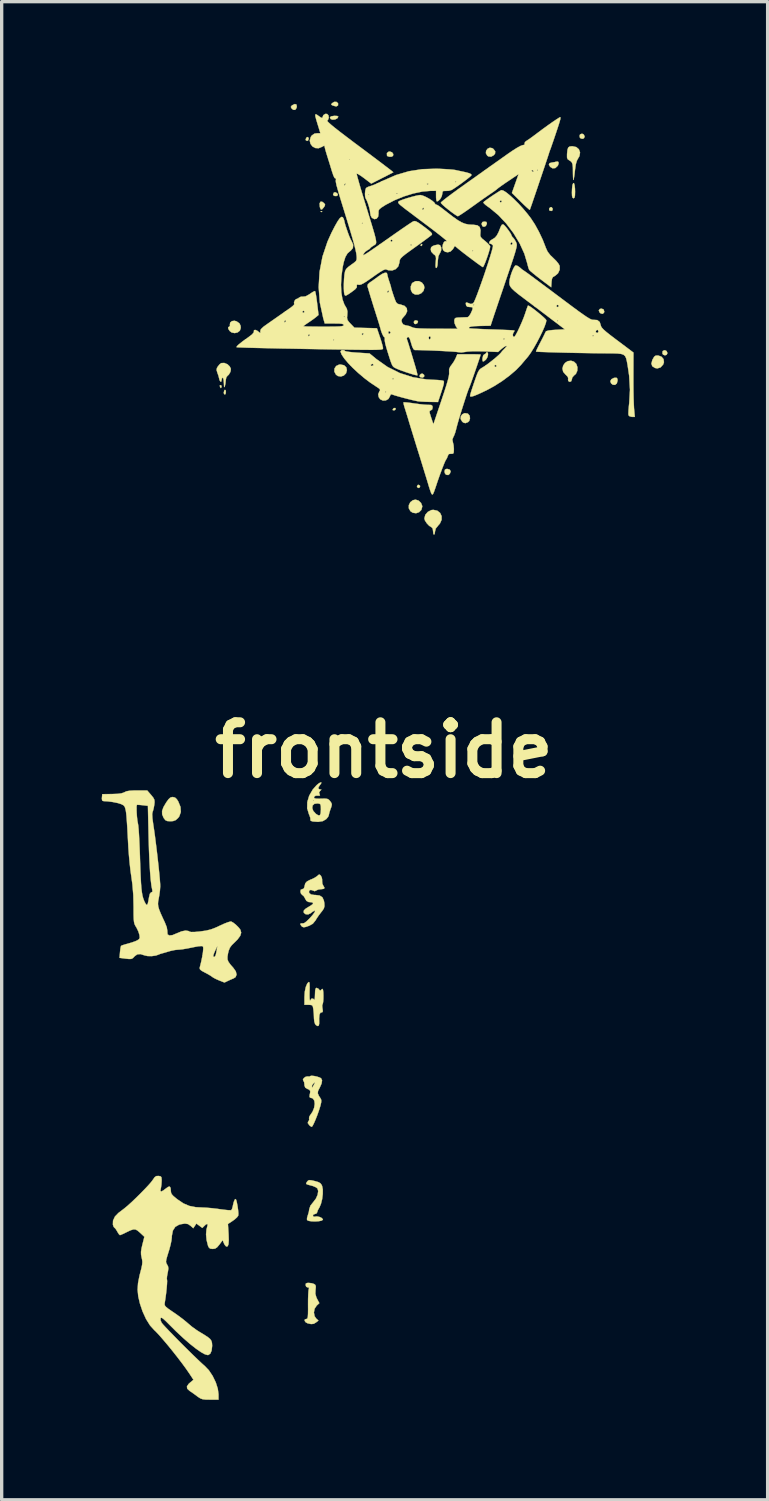
<source format=kicad_pcb>
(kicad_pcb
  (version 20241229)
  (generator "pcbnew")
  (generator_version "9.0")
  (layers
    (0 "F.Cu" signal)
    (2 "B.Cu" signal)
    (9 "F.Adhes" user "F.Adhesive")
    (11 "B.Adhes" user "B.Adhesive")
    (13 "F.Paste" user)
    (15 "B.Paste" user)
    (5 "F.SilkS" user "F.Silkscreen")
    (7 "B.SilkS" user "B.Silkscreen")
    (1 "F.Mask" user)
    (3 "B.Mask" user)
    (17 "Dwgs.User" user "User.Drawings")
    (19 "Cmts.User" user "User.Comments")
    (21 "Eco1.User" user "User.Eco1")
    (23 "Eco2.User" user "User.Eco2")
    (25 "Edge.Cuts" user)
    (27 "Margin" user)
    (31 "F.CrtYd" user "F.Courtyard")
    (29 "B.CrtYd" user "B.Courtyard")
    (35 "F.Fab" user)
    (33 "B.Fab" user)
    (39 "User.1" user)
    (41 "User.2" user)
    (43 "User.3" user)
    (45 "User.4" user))
  (footprint "frontside"
    (layer "F.Cu")
    (at 8.468 19.447)
    (property "Reference" "frontside" (at 0 0 0) (layer "F.SilkS") (effects (font (size 1.524 1.524) (thickness 0.3))))
    (attr through_hole)
    (fp_poly (pts (xy -1.857 -16.159) (xy -1.861 -16.14) (xy -1.878 -16.138) (xy -1.904 -16.149) (xy -1.899 -16.159) (xy -1.861 -16.163) (xy -1.857 -16.159)) (stroke (width 0.01) (type solid)) (fill yes) (layer "F.SilkS"))
    (fp_poly (pts (xy -4.873 -10.911) (xy -4.877 -10.881) (xy -4.894 -10.857) (xy -4.915 -10.881) (xy -4.927 -10.928) (xy -4.921 -10.941) (xy -4.889 -10.946) (xy -4.873 -10.911)) (stroke (width 0.01) (type solid)) (fill yes) (layer "F.SilkS"))
    (fp_poly (pts (xy 0.352 -10.233) (xy 0.327 -10.2) (xy 0.3 -10.19) (xy 0.261 -10.198) (xy 0.262 -10.222) (xy 0.293 -10.258) (xy 0.334 -10.261) (xy 0.352 -10.233)) (stroke (width 0.01) (type solid)) (fill yes) (layer "F.SilkS"))
    (fp_poly (pts (xy -4.751 -10.795) (xy -4.743 -10.744) (xy -4.753 -10.684) (xy -4.774 -10.663) (xy -4.801 -10.689) (xy -4.806 -10.725) (xy -4.792 -10.786) (xy -4.774 -10.806) (xy -4.751 -10.795)) (stroke (width 0.01) (type solid)) (fill yes) (layer "F.SilkS"))
    (fp_poly (pts (xy -2.262 -18.356) (xy -2.26 -18.336) (xy -2.28 -18.282) (xy -2.31 -18.27) (xy -2.348 -18.294) (xy -2.35 -18.323) (xy -2.323 -18.376) (xy -2.286 -18.388) (xy -2.262 -18.356)) (stroke (width 0.01) (type solid)) (fill yes) (layer "F.SilkS"))
    (fp_poly (pts (xy 1.007 -12.873) (xy 1.019 -12.847) (xy 0.996 -12.801) (xy 0.947 -12.777) (xy 0.91 -12.787) (xy 0.89 -12.84) (xy 0.919 -12.882) (xy 0.955 -12.891) (xy 1.007 -12.873)) (stroke (width 0.01) (type solid)) (fill yes) (layer "F.SilkS"))
    (fp_poly (pts (xy 1.077 -7.932) (xy 1.082 -7.91) (xy 1.057 -7.867) (xy 1.034 -7.862) (xy 0.992 -7.887) (xy 0.987 -7.91) (xy 1.012 -7.952) (xy 1.034 -7.957) (xy 1.077 -7.932)) (stroke (width 0.01) (type solid)) (fill yes) (layer "F.SilkS"))
    (fp_poly (pts (xy 1.145 -15.158) (xy 1.146 -15.151) (xy 1.121 -15.12) (xy 1.112 -15.119) (xy 1.093 -15.139) (xy 1.098 -15.151) (xy 1.127 -15.181) (xy 1.132 -15.183) (xy 1.145 -15.158)) (stroke (width 0.01) (type solid)) (fill yes) (layer "F.SilkS"))
    (fp_poly (pts (xy 1.203 -11.25) (xy 1.203 -11.203) (xy 1.163 -11.174) (xy 1.148 -11.172) (xy 1.089 -11.184) (xy 1.07 -11.198) (xy 1.069 -11.246) (xy 1.107 -11.285) (xy 1.159 -11.289) (xy 1.203 -11.25)) (stroke (width 0.01) (type solid)) (fill yes) (layer "F.SilkS"))
    (fp_poly (pts (xy 5.026 -16.283) (xy 5.058 -16.239) (xy 5.053 -16.191) (xy 5.015 -16.169) (xy 4.964 -16.185) (xy 4.953 -16.195) (xy 4.952 -16.241) (xy 4.983 -16.279) (xy 5.024 -16.284) (xy 5.026 -16.283)) (stroke (width 0.01) (type solid)) (fill yes) (layer "F.SilkS"))
    (fp_poly (pts (xy 6.585 -13.216) (xy 6.604 -13.154) (xy 6.597 -13.122) (xy 6.559 -13.085) (xy 6.501 -13.096) (xy 6.463 -13.128) (xy 6.44 -13.188) (xy 6.473 -13.231) (xy 6.524 -13.241) (xy 6.585 -13.216)) (stroke (width 0.01) (type solid)) (fill yes) (layer "F.SilkS"))
    (fp_poly (pts (xy -2.627 -19.361) (xy -2.616 -19.298) (xy -2.626 -19.257) (xy -2.666 -19.202) (xy -2.723 -19.204) (xy -2.772 -19.244) (xy -2.796 -19.29) (xy -2.77 -19.328) (xy -2.754 -19.34) (xy -2.676 -19.377) (xy -2.627 -19.361)) (stroke (width 0.01) (type solid)) (fill yes) (layer "F.SilkS"))
    (fp_poly (pts (xy -1.403 -16.697) (xy -1.383 -16.656) (xy -1.387 -16.643) (xy -1.43 -16.617) (xy -1.486 -16.62) (xy -1.525 -16.647) (xy -1.528 -16.661) (xy -1.508 -16.716) (xy -1.495 -16.727) (xy -1.449 -16.728) (xy -1.403 -16.697)) (stroke (width 0.01) (type solid)) (fill yes) (layer "F.SilkS"))
    (fp_poly (pts (xy 0.24 -17.929) (xy 0.276 -17.877) (xy 0.269 -17.822) (xy 0.223 -17.797) (xy 0.156 -17.796) (xy 0.1 -17.816) (xy 0.088 -17.833) (xy 0.086 -17.905) (xy 0.135 -17.947) (xy 0.174 -17.952) (xy 0.24 -17.929)) (stroke (width 0.01) (type solid)) (fill yes) (layer "F.SilkS"))
    (fp_poly (pts (xy 3.07 -15.841) (xy 3.084 -15.799) (xy 3.082 -15.78) (xy 3.052 -15.72) (xy 2.998 -15.695) (xy 2.951 -15.712) (xy 2.931 -15.76) (xy 2.928 -15.793) (xy 2.95 -15.839) (xy 3.01 -15.851) (xy 3.07 -15.841)) (stroke (width 0.01) (type solid)) (fill yes) (layer "F.SilkS"))
    (fp_poly (pts (xy 5.99 -18.463) (xy 6.016 -18.403) (xy 6.016 -18.398) (xy 5.993 -18.349) (xy 5.941 -18.333) (xy 5.888 -18.353) (xy 5.867 -18.384) (xy 5.868 -18.445) (xy 5.882 -18.468) (xy 5.938 -18.488) (xy 5.99 -18.463)) (stroke (width 0.01) (type solid)) (fill yes) (layer "F.SilkS"))
    (fp_poly (pts (xy 8.473 -11.969) (xy 8.498 -11.91) (xy 8.498 -11.905) (xy 8.475 -11.856) (xy 8.424 -11.84) (xy 8.371 -11.86) (xy 8.35 -11.89) (xy 8.351 -11.952) (xy 8.365 -11.974) (xy 8.42 -11.995) (xy 8.473 -11.969)) (stroke (width 0.01) (type solid)) (fill yes) (layer "F.SilkS"))
    (fp_poly (pts (xy -1.801 -16.406) (xy -1.769 -16.365) (xy -1.778 -16.323) (xy -1.806 -16.28) (xy -1.86 -16.217) (xy -1.894 -16.213) (xy -1.919 -16.267) (xy -1.926 -16.296) (xy -1.933 -16.394) (xy -1.908 -16.446) (xy -1.857 -16.447) (xy -1.801 -16.406)) (stroke (width 0.01) (type solid)) (fill yes) (layer "F.SilkS"))
    (fp_poly (pts (xy -1.382 -19.403) (xy -1.379 -19.398) (xy -1.38 -19.336) (xy -1.425 -19.307) (xy -1.464 -19.311) (xy -1.547 -19.337) (xy -1.581 -19.356) (xy -1.578 -19.377) (xy -1.559 -19.401) (xy -1.497 -19.441) (xy -1.429 -19.442) (xy -1.382 -19.403)) (stroke (width 0.01) (type solid)) (fill yes) (layer "F.SilkS"))
    (fp_poly (pts (xy 6.978 -11.165) (xy 7 -11.131) (xy 7.003 -11.082) (xy 6.981 -10.997) (xy 6.927 -10.954) (xy 6.859 -10.96) (xy 6.809 -11) (xy 6.787 -11.065) (xy 6.818 -11.124) (xy 6.892 -11.162) (xy 6.918 -11.166) (xy 6.978 -11.165)) (stroke (width 0.01) (type solid)) (fill yes) (layer "F.SilkS"))
    (fp_poly (pts (xy -1.405 -19.019) (xy -1.372 -19) (xy -1.392 -18.961) (xy -1.407 -18.945) (xy -1.468 -18.915) (xy -1.545 -18.908) (xy -1.602 -18.928) (xy -1.602 -18.928) (xy -1.624 -18.975) (xy -1.588 -19.008) (xy -1.499 -19.022) (xy -1.496 -19.023) (xy -1.405 -19.019)) (stroke (width 0.01) (type solid)) (fill yes) (layer "F.SilkS"))
    (fp_poly (pts (xy 1.969 -8.413) (xy 1.999 -8.36) (xy 1.975 -8.294) (xy 1.973 -8.291) (xy 1.93 -8.252) (xy 1.881 -8.255) (xy 1.854 -8.265) (xy 1.823 -8.306) (xy 1.814 -8.358) (xy 1.828 -8.416) (xy 1.881 -8.435) (xy 1.895 -8.435) (xy 1.969 -8.413)) (stroke (width 0.01) (type solid)) (fill yes) (layer "F.SilkS"))
    (fp_poly (pts (xy 3.245 -18.054) (xy 3.278 -18.032) (xy 3.334 -17.959) (xy 3.329 -17.89) (xy 3.292 -17.843) (xy 3.212 -17.798) (xy 3.129 -17.806) (xy 3.094 -17.831) (xy 3.054 -17.904) (xy 3.062 -17.977) (xy 3.106 -18.036) (xy 3.171 -18.066) (xy 3.245 -18.054)) (stroke (width 0.01) (type solid)) (fill yes) (layer "F.SilkS"))
    (fp_poly (pts (xy 5.238 -17.612) (xy 5.22 -17.545) (xy 5.206 -17.521) (xy 5.135 -17.456) (xy 5.052 -17.45) (xy 4.982 -17.494) (xy 4.943 -17.558) (xy 4.964 -17.604) (xy 5.032 -17.622) (xy 5.115 -17.635) (xy 5.161 -17.648) (xy 5.217 -17.651) (xy 5.238 -17.612)) (stroke (width 0.01) (type solid)) (fill yes) (layer "F.SilkS"))
    (fp_poly (pts (xy -1.199 -11.543) (xy -1.132 -11.479) (xy -1.114 -11.396) (xy -1.14 -11.301) (xy -1.206 -11.235) (xy -1.294 -11.205) (xy -1.386 -11.22) (xy -1.443 -11.262) (xy -1.491 -11.353) (xy -1.486 -11.445) (xy -1.436 -11.52) (xy -1.348 -11.562) (xy -1.311 -11.565) (xy -1.199 -11.543)) (stroke (width 0.01) (type solid)) (fill yes) (layer "F.SilkS"))
    (fp_poly (pts (xy 2.506 -10.094) (xy 2.517 -10.089) (xy 2.566 -10.031) (xy 2.578 -9.95) (xy 2.555 -9.873) (xy 2.517 -9.836) (xy 2.438 -9.806) (xy 2.378 -9.823) (xy 2.342 -9.854) (xy 2.297 -9.932) (xy 2.303 -10.011) (xy 2.348 -10.074) (xy 2.419 -10.107) (xy 2.506 -10.094)) (stroke (width 0.01) (type solid)) (fill yes) (layer "F.SilkS"))
    (fp_poly (pts (xy 1.035 -7.484) (xy 1.109 -7.413) (xy 1.145 -7.322) (xy 1.146 -7.305) (xy 1.119 -7.205) (xy 1.051 -7.136) (xy 0.96 -7.105) (xy 0.862 -7.119) (xy 0.792 -7.165) (xy 0.743 -7.252) (xy 0.744 -7.348) (xy 0.787 -7.435) (xy 0.865 -7.495) (xy 0.945 -7.512) (xy 1.035 -7.484)) (stroke (width 0.01) (type solid)) (fill yes) (layer "F.SilkS"))
    (fp_poly (pts (xy 1.047 -14.065) (xy 1.136 -14.022) (xy 1.195 -13.944) (xy 1.21 -13.868) (xy 1.183 -13.773) (xy 1.116 -13.702) (xy 1.026 -13.663) (xy 0.931 -13.664) (xy 0.85 -13.711) (xy 0.848 -13.713) (xy 0.805 -13.8) (xy 0.801 -13.904) (xy 0.835 -13.994) (xy 0.854 -14.016) (xy 0.948 -14.065) (xy 1.047 -14.065)) (stroke (width 0.01) (type solid)) (fill yes) (layer "F.SilkS"))
    (fp_poly (pts (xy 5.697 -17) (xy 5.714 -16.944) (xy 5.726 -16.846) (xy 5.729 -16.75) (xy 5.726 -16.637) (xy 5.714 -16.575) (xy 5.69 -16.552) (xy 5.682 -16.551) (xy 5.652 -16.568) (xy 5.638 -16.624) (xy 5.634 -16.718) (xy 5.638 -16.83) (xy 5.648 -16.926) (xy 5.655 -16.96) (xy 5.676 -17.008) (xy 5.697 -17)) (stroke (width 0.01) (type solid)) (fill yes) (layer "F.SilkS"))
    (fp_poly (pts (xy 8.221 -11.835) (xy 8.321 -11.799) (xy 8.382 -11.727) (xy 8.395 -11.633) (xy 8.371 -11.565) (xy 8.294 -11.479) (xy 8.197 -11.448) (xy 8.127 -11.461) (xy 8.044 -11.514) (xy 8.018 -11.592) (xy 8.046 -11.699) (xy 8.057 -11.722) (xy 8.103 -11.8) (xy 8.148 -11.832) (xy 8.213 -11.835) (xy 8.221 -11.835)) (stroke (width 0.01) (type solid)) (fill yes) (layer "F.SilkS"))
    (fp_poly (pts (xy 3.115 -11.911) (xy 3.118 -11.852) (xy 3.098 -11.78) (xy 3.059 -11.717) (xy 3.056 -11.713) (xy 2.992 -11.66) (xy 2.958 -11.662) (xy 2.951 -11.721) (xy 2.954 -11.761) (xy 2.975 -11.841) (xy 3.01 -11.872) (xy 3.011 -11.872) (xy 3.051 -11.891) (xy 3.056 -11.904) (xy 3.08 -11.935) (xy 3.087 -11.936) (xy 3.115 -11.911)) (stroke (width 0.01) (type solid)) (fill yes) (layer "F.SilkS"))
    (fp_poly (pts (xy -4.42 -12.858) (xy -4.338 -12.8) (xy -4.303 -12.728) (xy -4.297 -12.661) (xy -4.324 -12.581) (xy -4.39 -12.528) (xy -4.479 -12.507) (xy -4.569 -12.525) (xy -4.626 -12.567) (xy -4.67 -12.633) (xy -4.675 -12.683) (xy -4.643 -12.7) (xy -4.621 -12.725) (xy -4.624 -12.76) (xy -4.614 -12.824) (xy -4.562 -12.866) (xy -4.485 -12.877) (xy -4.42 -12.858)) (stroke (width 0.01) (type solid)) (fill yes) (layer "F.SilkS"))
    (fp_poly (pts (xy -6.268 1.423) (xy -6.213 1.475) (xy -6.172 1.54) (xy -6.105 1.704) (xy -6.095 1.856) (xy -6.141 1.987) (xy -6.177 2.035) (xy -6.25 2.1) (xy -6.327 2.128) (xy -6.409 2.133) (xy -6.502 2.127) (xy -6.558 2.101) (xy -6.605 2.04) (xy -6.614 2.025) (xy -6.655 1.926) (xy -6.657 1.825) (xy -6.615 1.709) (xy -6.533 1.57) (xy -6.465 1.475) (xy -6.411 1.425) (xy -6.357 1.408) (xy -6.334 1.407) (xy -6.268 1.423)) (stroke (width 0.01) (type solid)) (fill yes) (layer "F.SilkS"))
    (fp_poly (pts (xy 1.597 -7.181) (xy 1.682 -7.113) (xy 1.726 -7.018) (xy 1.726 -6.908) (xy 1.677 -6.798) (xy 1.63 -6.744) (xy 1.55 -6.645) (xy 1.528 -6.555) (xy 1.519 -6.489) (xy 1.498 -6.461) (xy 1.479 -6.489) (xy 1.471 -6.557) (xy 1.471 -6.563) (xy 1.46 -6.643) (xy 1.43 -6.68) (xy 1.355 -6.726) (xy 1.281 -6.804) (xy 1.226 -6.889) (xy 1.21 -6.951) (xy 1.238 -7.058) (xy 1.314 -7.146) (xy 1.418 -7.199) (xy 1.477 -7.206) (xy 1.597 -7.181)) (stroke (width 0.01) (type solid)) (fill yes) (layer "F.SilkS"))
    (fp_poly (pts (xy 5.696 -11.65) (xy 5.767 -11.581) (xy 5.8 -11.482) (xy 5.795 -11.375) (xy 5.753 -11.283) (xy 5.699 -11.237) (xy 5.645 -11.176) (xy 5.634 -11.123) (xy 5.614 -11.064) (xy 5.571 -11.043) (xy 5.526 -11.07) (xy 5.524 -11.074) (xy 5.518 -11.127) (xy 5.523 -11.147) (xy 5.511 -11.194) (xy 5.456 -11.253) (xy 5.444 -11.262) (xy 5.372 -11.346) (xy 5.351 -11.441) (xy 5.373 -11.534) (xy 5.428 -11.613) (xy 5.509 -11.666) (xy 5.608 -11.678) (xy 5.696 -11.65)) (stroke (width 0.01) (type solid)) (fill yes) (layer "F.SilkS"))
    (fp_poly (pts (xy 1.678 -15.145) (xy 1.679 -15.145) (xy 1.713 -15.08) (xy 1.713 -14.991) (xy 1.679 -14.907) (xy 1.667 -14.892) (xy 1.629 -14.81) (xy 1.612 -14.674) (xy 1.611 -14.653) (xy 1.603 -14.546) (xy 1.585 -14.477) (xy 1.57 -14.46) (xy 1.55 -14.473) (xy 1.544 -14.536) (xy 1.55 -14.634) (xy 1.558 -14.74) (xy 1.552 -14.803) (xy 1.527 -14.843) (xy 1.484 -14.875) (xy 1.414 -14.95) (xy 1.401 -15.017) (xy 1.411 -15.078) (xy 1.455 -15.116) (xy 1.519 -15.141) (xy 1.619 -15.161) (xy 1.678 -15.145)) (stroke (width 0.01) (type solid)) (fill yes) (layer "F.SilkS"))
    (fp_poly (pts (xy 5.766 -18.086) (xy 5.844 -18.019) (xy 5.878 -17.924) (xy 5.86 -17.815) (xy 5.824 -17.754) (xy 5.782 -17.676) (xy 5.751 -17.57) (xy 5.729 -17.42) (xy 5.725 -17.385) (xy 5.711 -17.26) (xy 5.696 -17.162) (xy 5.685 -17.105) (xy 5.681 -17.098) (xy 5.674 -17.119) (xy 5.668 -17.191) (xy 5.665 -17.298) (xy 5.665 -17.334) (xy 5.663 -17.476) (xy 5.653 -17.568) (xy 5.631 -17.627) (xy 5.592 -17.666) (xy 5.548 -17.693) (xy 5.506 -17.724) (xy 5.488 -17.773) (xy 5.488 -17.861) (xy 5.489 -17.886) (xy 5.501 -18.004) (xy 5.524 -18.072) (xy 5.567 -18.103) (xy 5.64 -18.111) (xy 5.649 -18.111) (xy 5.766 -18.086)) (stroke (width 0.01) (type solid)) (fill yes) (layer "F.SilkS"))
    (fp_poly (pts (xy -4.696 -11.572) (xy -4.628 -11.506) (xy -4.594 -11.436) (xy -4.602 -11.367) (xy -4.614 -11.333) (xy -4.655 -11.262) (xy -4.698 -11.223) (xy -4.73 -11.182) (xy -4.746 -11.106) (xy -4.746 -11.102) (xy -4.756 -11) (xy -4.774 -10.918) (xy -4.789 -10.884) (xy -4.798 -10.901) (xy -4.802 -10.976) (xy -4.803 -11.005) (xy -4.81 -11.098) (xy -4.826 -11.159) (xy -4.838 -11.172) (xy -4.864 -11.146) (xy -4.87 -11.109) (xy -4.881 -11.054) (xy -4.907 -11.052) (xy -4.934 -11.098) (xy -4.942 -11.132) (xy -4.966 -11.227) (xy -4.999 -11.32) (xy -5.023 -11.399) (xy -5.012 -11.46) (xy -4.985 -11.505) (xy -4.932 -11.57) (xy -4.884 -11.607) (xy -4.792 -11.612) (xy -4.696 -11.572)) (stroke (width 0.01) (type solid)) (fill yes) (layer "F.SilkS"))
    (fp_poly (pts (xy -2.167 15.989) (xy -2.097 16.012) (xy -2.058 16.043) (xy -2.046 16.093) (xy -2.054 16.182) (xy -2.055 16.187) (xy -2.06 16.305) (xy -2.031 16.41) (xy -2.009 16.457) (xy -1.941 16.586) (xy -2.021 16.66) (xy -2.083 16.754) (xy -2.104 16.867) (xy -2.083 16.977) (xy -2.035 17.047) (xy -1.968 17.107) (xy -2.038 17.163) (xy -2.108 17.205) (xy -2.187 17.213) (xy -2.292 17.191) (xy -2.352 17.158) (xy -2.382 17.113) (xy -2.375 17.074) (xy -2.334 17.061) (xy -2.311 17.056) (xy -2.295 17.036) (xy -2.285 16.99) (xy -2.28 16.909) (xy -2.278 16.783) (xy -2.279 16.623) (xy -2.278 16.46) (xy -2.273 16.32) (xy -2.266 16.214) (xy -2.256 16.155) (xy -2.254 16.149) (xy -2.25 16.12) (xy -2.283 16.117) (xy -2.334 16.095) (xy -2.35 16.05) (xy -2.347 16) (xy -2.309 15.981) (xy -2.26 15.978) (xy -2.167 15.989)) (stroke (width 0.01) (type solid)) (fill yes) (layer "F.SilkS"))
    (fp_poly (pts (xy -2.173 12.903) (xy -2.081 12.924) (xy -1.975 12.954) (xy -1.912 12.988) (xy -1.873 13.038) (xy -1.858 13.072) (xy -1.837 13.175) (xy -1.838 13.314) (xy -1.857 13.466) (xy -1.892 13.607) (xy -1.938 13.715) (xy -1.945 13.725) (xy -1.987 13.8) (xy -2.005 13.86) (xy -2.005 13.86) (xy -2.032 13.901) (xy -2.069 13.91) (xy -2.122 13.931) (xy -2.133 13.961) (xy -2.114 13.996) (xy -2.08 13.992) (xy -2.012 13.985) (xy -1.934 14.001) (xy -1.868 14.033) (xy -1.835 14.071) (xy -1.835 14.086) (xy -1.875 14.112) (xy -1.957 14.128) (xy -2.062 14.135) (xy -2.168 14.132) (xy -2.257 14.119) (xy -2.306 14.096) (xy -2.31 14.09) (xy -2.31 14.033) (xy -2.287 13.955) (xy -2.256 13.853) (xy -2.243 13.766) (xy -2.207 13.661) (xy -2.124 13.557) (xy -2.043 13.451) (xy -1.991 13.334) (xy -1.975 13.224) (xy -1.996 13.148) (xy -2.044 13.111) (xy -2.13 13.074) (xy -2.179 13.06) (xy -2.28 13.034) (xy -2.329 13.014) (xy -2.337 12.991) (xy -2.316 12.955) (xy -2.306 12.941) (xy -2.276 12.908) (xy -2.238 12.896) (xy -2.173 12.903)) (stroke (width 0.01) (type solid)) (fill yes) (layer "F.SilkS"))
    (fp_poly (pts (xy -2.243 6.961) (xy -2.233 7.01) (xy -2.231 7.11) (xy -2.234 7.222) (xy -2.236 7.349) (xy -2.233 7.448) (xy -2.225 7.504) (xy -2.22 7.512) (xy -2.197 7.487) (xy -2.196 7.48) (xy -2.174 7.452) (xy -2.129 7.454) (xy -2.092 7.484) (xy -2.09 7.488) (xy -2.081 7.48) (xy -2.075 7.422) (xy -2.071 7.329) (xy -2.066 7.214) (xy -2.052 7.151) (xy -2.027 7.13) (xy -2.023 7.13) (xy -1.969 7.155) (xy -1.948 7.182) (xy -1.916 7.213) (xy -1.896 7.198) (xy -1.857 7.164) (xy -1.845 7.162) (xy -1.831 7.19) (xy -1.822 7.263) (xy -1.819 7.361) (xy -1.82 7.464) (xy -1.827 7.555) (xy -1.839 7.613) (xy -1.846 7.623) (xy -1.856 7.661) (xy -1.849 7.735) (xy -1.846 7.75) (xy -1.835 7.828) (xy -1.849 7.859) (xy -1.864 7.862) (xy -1.911 7.879) (xy -1.938 7.936) (xy -1.947 8.042) (xy -1.946 8.105) (xy -1.946 8.208) (xy -1.959 8.261) (xy -1.987 8.276) (xy -2.039 8.25) (xy -2.069 8.212) (xy -2.092 8.137) (xy -2.102 8.039) (xy -2.102 8.029) (xy -2.106 7.915) (xy -2.118 7.792) (xy -2.12 7.774) (xy -2.135 7.69) (xy -2.161 7.651) (xy -2.217 7.64) (xy -2.263 7.639) (xy -2.387 7.639) (xy -2.387 7.415) (xy -2.377 7.247) (xy -2.347 7.104) (xy -2.303 7) (xy -2.261 6.955) (xy -2.243 6.961)) (stroke (width 0.01) (type solid)) (fill yes) (layer "F.SilkS"))
    (fp_poly (pts (xy 3.571 -16.784) (xy 3.657 -16.732) (xy 3.767 -16.644) (xy 3.894 -16.528) (xy 4.031 -16.392) (xy 4.168 -16.242) (xy 4.3 -16.085) (xy 4.401 -15.954) (xy 4.524 -15.766) (xy 4.647 -15.542) (xy 4.758 -15.307) (xy 4.844 -15.088) (xy 4.849 -15.071) (xy 4.903 -14.953) (xy 4.986 -14.844) (xy 5.074 -14.76) (xy 5.163 -14.672) (xy 5.232 -14.587) (xy 5.266 -14.525) (xy 5.267 -14.524) (xy 5.267 -14.407) (xy 5.217 -14.3) (xy 5.129 -14.225) (xy 5.123 -14.222) (xy 5.066 -14.188) (xy 5.037 -14.138) (xy 5.024 -14.05) (xy 5.023 -14.031) (xy 5.013 -13.881) (xy 4.695 -14.121) (xy 4.571 -14.217) (xy 4.466 -14.302) (xy 4.389 -14.367) (xy 4.353 -14.404) (xy 4.352 -14.405) (xy 4.331 -14.461) (xy 4.306 -14.551) (xy 4.299 -14.584) (xy 4.209 -14.887) (xy 4.067 -15.198) (xy 3.884 -15.503) (xy 3.668 -15.79) (xy 3.428 -16.046) (xy 3.173 -16.258) (xy 3.128 -16.289) (xy 3.044 -16.351) (xy 2.991 -16.402) (xy 2.979 -16.429) (xy 3.009 -16.456) (xy 3.469 -16.456) (xy 3.494 -16.425) (xy 3.501 -16.424) (xy 3.532 -16.448) (xy 3.533 -16.456) (xy 3.509 -16.487) (xy 3.501 -16.488) (xy 3.47 -16.463) (xy 3.469 -16.456) (xy 3.009 -16.456) (xy 3.013 -16.459) (xy 3.085 -16.513) (xy 3.182 -16.582) (xy 3.289 -16.654) (xy 3.391 -16.72) (xy 3.473 -16.771) (xy 3.518 -16.795) (xy 3.571 -16.784)) (stroke (width 0.01) (type solid)) (fill yes) (layer "F.SilkS"))
    (fp_poly (pts (xy -2.1 9.773) (xy -2.01 9.792) (xy -1.929 9.819) (xy -1.888 9.842) (xy -1.859 9.903) (xy -1.874 10) (xy -1.929 10.124) (xy -1.938 10.139) (xy -1.98 10.224) (xy -1.987 10.293) (xy -1.955 10.369) (xy -1.903 10.447) (xy -1.883 10.493) (xy -1.884 10.557) (xy -1.907 10.659) (xy -1.915 10.686) (xy -1.954 10.81) (xy -2.001 10.944) (xy -2.052 11.073) (xy -2.1 11.184) (xy -2.14 11.264) (xy -2.166 11.299) (xy -2.168 11.299) (xy -2.207 11.279) (xy -2.242 11.249) (xy -2.288 11.183) (xy -2.274 11.135) (xy -2.261 11.125) (xy -2.244 11.084) (xy -2.249 11.059) (xy -2.245 10.999) (xy -2.22 10.956) (xy -2.145 10.846) (xy -2.097 10.727) (xy -2.079 10.612) (xy -2.09 10.516) (xy -2.132 10.451) (xy -2.175 10.433) (xy -2.22 10.422) (xy -2.236 10.393) (xy -2.229 10.331) (xy -2.217 10.28) (xy -2.214 10.219) (xy -2.25 10.181) (xy -2.293 10.163) (xy -2.362 10.123) (xy -2.377 10.083) (xy -2.164 10.083) (xy -2.161 10.117) (xy -2.145 10.107) (xy -2.11 10.046) (xy -2.1 10.026) (xy -2.074 9.973) (xy -2.082 9.968) (xy -2.111 9.99) (xy -2.155 10.047) (xy -2.164 10.083) (xy -2.377 10.083) (xy -2.386 10.061) (xy -2.387 10.031) (xy -2.397 9.956) (xy -2.421 9.914) (xy -2.433 9.88) (xy -2.405 9.836) (xy -2.355 9.799) (xy -2.301 9.786) (xy -2.289 9.788) (xy -2.234 9.789) (xy -2.215 9.776) (xy -2.176 9.766) (xy -2.1 9.773)) (stroke (width 0.01) (type solid)) (fill yes) (layer "F.SilkS"))
    (fp_poly (pts (xy -1.878 0.973) (xy -1.893 1.011) (xy -1.921 1.045) (xy -1.967 1.115) (xy -1.963 1.163) (xy -1.918 1.179) (xy -1.88 1.183) (xy -1.896 1.205) (xy -1.915 1.22) (xy -1.95 1.269) (xy -1.936 1.316) (xy -1.921 1.36) (xy -1.947 1.367) (xy -2.046 1.366) (xy -2.096 1.396) (xy -2.101 1.416) (xy -2.089 1.442) (xy -2.044 1.455) (xy -1.955 1.458) (xy -1.89 1.456) (xy -1.774 1.454) (xy -1.704 1.462) (xy -1.658 1.485) (xy -1.618 1.529) (xy -1.614 1.534) (xy -1.576 1.591) (xy -1.566 1.639) (xy -1.582 1.704) (xy -1.602 1.758) (xy -1.634 1.852) (xy -1.653 1.926) (xy -1.655 1.945) (xy -1.677 1.999) (xy -1.73 2.064) (xy -1.736 2.07) (xy -1.836 2.129) (xy -1.977 2.151) (xy -2.139 2.14) (xy -2.201 2.118) (xy -2.208 2.086) (xy -2.211 2.033) (xy -2.239 1.951) (xy -2.253 1.921) (xy -2.305 1.747) (xy -2.305 1.737) (xy -2.154 1.737) (xy -2.123 1.824) (xy -2.046 1.909) (xy -2.046 1.91) (xy -1.972 1.956) (xy -1.925 1.953) (xy -1.901 1.896) (xy -1.894 1.781) (xy -1.894 1.78) (xy -1.896 1.68) (xy -1.908 1.628) (xy -1.939 1.606) (xy -1.996 1.598) (xy -2.088 1.61) (xy -2.142 1.661) (xy -2.154 1.737) (xy -2.305 1.737) (xy -2.302 1.559) (xy -2.288 1.512) (xy -2.133 1.512) (xy -2.117 1.528) (xy -2.101 1.512) (xy -2.117 1.496) (xy -2.133 1.512) (xy -2.288 1.512) (xy -2.245 1.367) (xy -2.138 1.182) (xy -2.024 1.053) (xy -1.954 0.995) (xy -1.902 0.968) (xy -1.878 0.973)) (stroke (width 0.01) (type solid)) (fill yes) (layer "F.SilkS"))
    (fp_poly (pts (xy -1.895 3.767) (xy -1.866 3.828) (xy -1.855 3.896) (xy -1.858 3.915) (xy -1.852 4.001) (xy -1.828 4.056) (xy -1.788 4.124) (xy -1.8 4.158) (xy -1.869 4.169) (xy -1.887 4.17) (xy -1.972 4.181) (xy -2.031 4.208) (xy -2.032 4.209) (xy -2.08 4.231) (xy -2.128 4.212) (xy -2.196 4.191) (xy -2.243 4.211) (xy -2.253 4.26) (xy -2.24 4.288) (xy -2.19 4.328) (xy -2.098 4.344) (xy -2.058 4.345) (xy -1.931 4.361) (xy -1.85 4.413) (xy -1.805 4.511) (xy -1.791 4.589) (xy -1.787 4.68) (xy -1.806 4.75) (xy -1.857 4.826) (xy -1.883 4.857) (xy -1.96 4.958) (xy -2.03 5.063) (xy -2.051 5.101) (xy -2.137 5.207) (xy -2.243 5.266) (xy -2.346 5.302) (xy -2.409 5.313) (xy -2.451 5.299) (xy -2.476 5.277) (xy -2.512 5.224) (xy -2.497 5.195) (xy -2.452 5.197) (xy -2.401 5.19) (xy -2.332 5.143) (xy -2.236 5.05) (xy -2.23 5.044) (xy -2.14 4.942) (xy -2.086 4.867) (xy -2.068 4.822) (xy -2.087 4.814) (xy -2.143 4.847) (xy -2.202 4.893) (xy -2.275 4.927) (xy -2.35 4.922) (xy -2.402 4.882) (xy -2.412 4.853) (xy -2.402 4.803) (xy -2.348 4.753) (xy -2.274 4.708) (xy -2.191 4.658) (xy -2.139 4.616) (xy -2.129 4.598) (xy -2.139 4.575) (xy -2.173 4.563) (xy -2.251 4.556) (xy -2.263 4.556) (xy -2.328 4.521) (xy -2.365 4.456) (xy -2.405 4.384) (xy -2.45 4.345) (xy -2.451 4.345) (xy -2.491 4.304) (xy -2.507 4.249) (xy -2.499 4.188) (xy -2.455 4.17) (xy -2.453 4.17) (xy -2.406 4.151) (xy -2.384 4.087) (xy -2.381 4.067) (xy -2.361 3.993) (xy -2.31 3.938) (xy -2.214 3.888) (xy -2.164 3.869) (xy -2.082 3.829) (xy -2.003 3.776) (xy -1.965 3.74) (xy -1.932 3.732) (xy -1.895 3.767)) (stroke (width 0.01) (type solid)) (fill yes) (layer "F.SilkS"))
    (fp_poly (pts (xy -1.182 -11.984) (xy -1.172 -11.971) (xy -1.138 -11.958) (xy -1.054 -11.944) (xy -0.932 -11.93) (xy -0.798 -11.92) (xy -0.435 -11.897) (xy -0.227 -11.726) (xy 0.108 -11.49) (xy 0.474 -11.308) (xy 0.866 -11.183) (xy 1.278 -11.117) (xy 1.472 -11.106) (xy 1.601 -11.101) (xy 1.707 -11.091) (xy 1.773 -11.08) (xy 1.783 -11.076) (xy 1.797 -11.048) (xy 1.79 -10.984) (xy 1.762 -10.878) (xy 1.72 -10.746) (xy 1.618 -10.44) (xy 1.358 -10.444) (xy 1.225 -10.448) (xy 1.108 -10.454) (xy 1.028 -10.461) (xy 1.019 -10.462) (xy 0.932 -10.48) (xy 0.81 -10.508) (xy 0.671 -10.543) (xy 0.53 -10.58) (xy 0.402 -10.616) (xy 0.304 -10.645) (xy 0.252 -10.664) (xy 0.252 -10.664) (xy 0.208 -10.673) (xy 0.182 -10.631) (xy 0.178 -10.615) (xy 0.131 -10.532) (xy 0.053 -10.488) (xy -0.035 -10.484) (xy -0.115 -10.522) (xy -0.161 -10.589) (xy -0.175 -10.675) (xy -0.146 -10.742) (xy 0.032 -10.742) (xy 0.048 -10.727) (xy 0.064 -10.742) (xy 0.048 -10.758) (xy 0.032 -10.742) (xy -0.146 -10.742) (xy -0.145 -10.745) (xy -0.12 -10.789) (xy -0.125 -10.822) (xy -0.168 -10.86) (xy -0.242 -10.908) (xy -0.42 -11.027) (xy -0.569 -11.14) (xy 0.255 -11.14) (xy 0.266 -11.114) (xy 0.276 -11.119) (xy 0.28 -11.157) (xy 0.276 -11.162) (xy 0.257 -11.157) (xy 0.255 -11.14) (xy -0.569 -11.14) (xy -0.6 -11.164) (xy -0.776 -11.313) (xy -0.938 -11.464) (xy -1.025 -11.554) (xy -0.398 -11.554) (xy -0.391 -11.527) (xy -0.368 -11.522) (xy -0.324 -11.539) (xy -0.318 -11.554) (xy -0.341 -11.585) (xy -0.348 -11.586) (xy -0.391 -11.563) (xy -0.398 -11.554) (xy -1.025 -11.554) (xy -1.079 -11.61) (xy -1.192 -11.745) (xy -1.27 -11.86) (xy -1.304 -11.947) (xy -1.305 -11.96) (xy -1.28 -11.99) (xy -1.228 -11.999) (xy -1.182 -11.984)) (stroke (width 0.01) (type solid)) (fill yes) (layer "F.SilkS"))
    (fp_poly (pts (xy 1.161 -16.631) (xy 1.254 -16.591) (xy 1.355 -16.536) (xy 1.445 -16.476) (xy 1.508 -16.422) (xy 1.528 -16.388) (xy 1.553 -16.362) (xy 1.563 -16.36) (xy 1.588 -16.353) (xy 1.63 -16.329) (xy 1.699 -16.28) (xy 1.802 -16.201) (xy 1.894 -16.129) (xy 2.07 -15.994) (xy 2.21 -15.895) (xy 2.325 -15.828) (xy 2.429 -15.786) (xy 2.532 -15.764) (xy 2.646 -15.756) (xy 2.681 -15.756) (xy 2.799 -15.74) (xy 2.869 -15.687) (xy 2.894 -15.593) (xy 2.889 -15.504) (xy 2.885 -15.437) (xy 2.901 -15.387) (xy 2.949 -15.334) (xy 3.029 -15.27) (xy 3.11 -15.199) (xy 3.166 -15.137) (xy 3.183 -15.104) (xy 3.173 -15.044) (xy 3.147 -14.95) (xy 3.111 -14.835) (xy 3.069 -14.716) (xy 3.028 -14.608) (xy 2.992 -14.527) (xy 2.968 -14.487) (xy 2.964 -14.485) (xy 2.932 -14.504) (xy 2.86 -14.554) (xy 2.759 -14.627) (xy 2.639 -14.716) (xy 2.639 -14.716) (xy 2.508 -14.815) (xy 2.385 -14.909) (xy 2.3 -14.976) (xy 2.642 -14.976) (xy 2.658 -14.96) (xy 2.674 -14.976) (xy 2.658 -14.992) (xy 2.642 -14.976) (xy 2.3 -14.976) (xy 2.285 -14.988) (xy 2.229 -15.033) (xy 2.124 -15.122) (xy 2.065 -15.025) (xy 1.996 -14.956) (xy 1.913 -14.931) (xy 1.832 -14.945) (xy 1.772 -14.996) (xy 1.751 -15.075) (xy 1.762 -15.158) (xy 1.791 -15.228) (xy 1.827 -15.263) (xy 1.848 -15.261) (xy 1.876 -15.262) (xy 1.878 -15.27) (xy 1.854 -15.296) (xy 1.785 -15.355) (xy 1.679 -15.44) (xy 1.543 -15.546) (xy 1.384 -15.667) (xy 1.266 -15.756) (xy 1.092 -15.886) (xy 0.934 -16.005) (xy 0.798 -16.108) (xy 0.692 -16.187) (xy 0.632 -16.233) (xy 1.146 -16.233) (xy 1.157 -16.202) (xy 1.16 -16.201) (xy 1.187 -16.224) (xy 1.194 -16.233) (xy 1.191 -16.262) (xy 1.18 -16.265) (xy 1.147 -16.242) (xy 1.146 -16.233) (xy 0.632 -16.233) (xy 0.625 -16.238) (xy 0.606 -16.253) (xy 0.545 -16.302) (xy 0.477 -16.356) (xy 0.425 -16.414) (xy 0.43 -16.451) (xy 0.48 -16.479) (xy 0.576 -16.515) (xy 0.698 -16.555) (xy 0.83 -16.593) (xy 0.954 -16.625) (xy 1.053 -16.644) (xy 1.092 -16.647) (xy 1.161 -16.631)) (stroke (width 0.01) (type solid)) (fill yes) (layer "F.SilkS"))
    (fp_poly (pts (xy 1.664 -17.434) (xy 1.823 -17.426) (xy 1.964 -17.417) (xy 2.073 -17.407) (xy 2.133 -17.399) (xy 2.226 -17.378) (xy 2.308 -17.361) (xy 2.462 -17.328) (xy 2.561 -17.299) (xy 2.612 -17.273) (xy 2.623 -17.247) (xy 2.619 -17.237) (xy 2.584 -17.202) (xy 2.509 -17.141) (xy 2.409 -17.064) (xy 2.297 -16.981) (xy 2.185 -16.902) (xy 2.088 -16.837) (xy 2.028 -16.8) (xy 1.945 -16.775) (xy 1.854 -16.771) (xy 1.782 -16.77) (xy 1.754 -16.744) (xy 1.751 -16.711) (xy 1.732 -16.615) (xy 1.685 -16.527) (xy 1.623 -16.469) (xy 1.584 -16.456) (xy 1.57 -16.485) (xy 1.561 -16.558) (xy 1.56 -16.615) (xy 1.56 -16.774) (xy 1.393 -16.773) (xy 1.149 -16.752) (xy 0.875 -16.694) (xy 0.59 -16.605) (xy 0.31 -16.49) (xy 0.052 -16.356) (xy 0.016 -16.333) (xy -0.084 -16.269) (xy -0.14 -16.223) (xy -0.164 -16.179) (xy -0.167 -16.125) (xy -0.165 -16.1) (xy -0.176 -16.002) (xy -0.222 -15.94) (xy -0.288 -15.924) (xy -0.361 -15.963) (xy -0.367 -15.968) (xy -0.402 -16.034) (xy -0.414 -16.102) (xy -0.424 -16.184) (xy -0.45 -16.291) (xy -0.485 -16.402) (xy -0.521 -16.493) (xy -0.545 -16.534) (xy -0.566 -16.59) (xy -0.571 -16.663) (xy -0.477 -16.663) (xy -0.462 -16.647) (xy -0.446 -16.663) (xy -0.462 -16.679) (xy -0.477 -16.663) (xy -0.571 -16.663) (xy -0.572 -16.679) (xy -0.571 -16.7) (xy 0.361 -16.7) (xy 0.365 -16.681) (xy 0.382 -16.679) (xy 0.408 -16.69) (xy 0.403 -16.7) (xy 0.365 -16.704) (xy 0.361 -16.7) (xy -0.571 -16.7) (xy -0.565 -16.774) (xy -0.546 -16.845) (xy -0.533 -16.863) (xy -0.474 -16.895) (xy -0.398 -16.919) (xy -0.327 -16.944) (xy -0.226 -16.986) (xy 1.284 -16.986) (xy 1.288 -16.967) (xy 1.305 -16.965) (xy 1.331 -16.977) (xy 1.326 -16.986) (xy 1.288 -16.99) (xy 1.284 -16.986) (xy -0.226 -16.986) (xy -0.219 -16.99) (xy -0.099 -17.045) (xy 2.133 -17.045) (xy 2.148 -17.029) (xy 2.164 -17.045) (xy 2.148 -17.061) (xy 2.133 -17.045) (xy -0.099 -17.045) (xy -0.091 -17.049) (xy -0.032 -17.077) (xy 0.358 -17.247) (xy 0.745 -17.361) (xy 1.143 -17.423) (xy 1.569 -17.437) (xy 1.664 -17.434)) (stroke (width 0.01) (type solid)) (fill yes) (layer "F.SilkS"))
    (fp_poly (pts (xy 2.687 -11.872) (xy 2.801 -11.87) (xy 2.875 -11.867) (xy 2.896 -11.864) (xy 2.887 -11.827) (xy 2.86 -11.743) (xy 2.82 -11.624) (xy 2.772 -11.483) (xy 2.72 -11.332) (xy 2.668 -11.183) (xy 2.621 -11.05) (xy 2.582 -10.944) (xy 2.557 -10.879) (xy 2.551 -10.865) (xy 2.528 -10.809) (xy 2.491 -10.705) (xy 2.444 -10.563) (xy 2.391 -10.398) (xy 2.335 -10.222) (xy 2.281 -10.046) (xy 2.232 -9.884) (xy 2.193 -9.747) (xy 2.167 -9.648) (xy 2.163 -9.628) (xy 2.133 -9.519) (xy 2.097 -9.425) (xy 2.08 -9.395) (xy 2.049 -9.315) (xy 2.064 -9.236) (xy 2.085 -9.148) (xy 2.094 -9.039) (xy 2.094 -9.015) (xy 2.09 -8.93) (xy 2.072 -8.893) (xy 2.031 -8.886) (xy 2.01 -8.888) (xy 1.943 -8.88) (xy 1.916 -8.833) (xy 1.885 -8.754) (xy 1.864 -8.721) (xy 1.836 -8.671) (xy 1.793 -8.57) (xy 1.738 -8.429) (xy 1.675 -8.259) (xy 1.608 -8.069) (xy 1.545 -7.88) (xy 1.501 -7.755) (xy 1.47 -7.684) (xy 1.446 -7.663) (xy 1.424 -7.686) (xy 1.407 -7.724) (xy 1.377 -7.809) (xy 1.341 -7.921) (xy 1.326 -7.973) (xy 1.303 -8.049) (xy 1.265 -8.175) (xy 1.214 -8.339) (xy 1.155 -8.532) (xy 1.09 -8.743) (xy 1.052 -8.865) (xy 0.982 -9.088) (xy 0.914 -9.309) (xy 0.851 -9.514) (xy 0.797 -9.689) (xy 0.756 -9.823) (xy 0.743 -9.867) (xy 0.7 -10.01) (xy 0.657 -10.149) (xy 0.623 -10.257) (xy 0.616 -10.277) (xy 0.592 -10.363) (xy 0.583 -10.42) (xy 0.585 -10.431) (xy 0.62 -10.432) (xy 0.704 -10.425) (xy 0.823 -10.41) (xy 0.912 -10.397) (xy 1.06 -10.377) (xy 1.197 -10.362) (xy 1.301 -10.355) (xy 1.337 -10.355) (xy 1.414 -10.352) (xy 1.449 -10.325) (xy 1.458 -10.289) (xy 1.444 -10.219) (xy 1.408 -10.193) (xy 1.376 -10.178) (xy 1.364 -10.153) (xy 1.371 -10.104) (xy 1.399 -10.015) (xy 1.413 -9.971) (xy 1.48 -9.772) (xy 1.724 -10.496) (xy 1.807 -10.746) (xy 1.87 -10.943) (xy 1.914 -11.094) (xy 1.941 -11.205) (xy 1.953 -11.284) (xy 1.952 -11.334) (xy 1.952 -11.427) (xy 1.988 -11.507) (xy 2.019 -11.546) (xy 2.088 -11.644) (xy 2.146 -11.75) (xy 2.149 -11.758) (xy 2.197 -11.872) (xy 2.547 -11.872) (xy 2.687 -11.872)) (stroke (width 0.01) (type solid)) (fill yes) (layer "F.SilkS"))
    (fp_poly (pts (xy 5.292 -18.977) (xy 5.287 -18.925) (xy 5.265 -18.845) (xy 5.238 -18.757) (xy 5.196 -18.629) (xy 5.146 -18.478) (xy 5.093 -18.321) (xy 5.042 -18.174) (xy 5.001 -18.055) (xy 4.974 -17.984) (xy 4.952 -17.922) (xy 4.947 -17.904) (xy 4.932 -17.856) (xy 4.9 -17.76) (xy 4.855 -17.624) (xy 4.8 -17.46) (xy 4.738 -17.276) (xy 4.672 -17.081) (xy 4.606 -16.885) (xy 4.542 -16.697) (xy 4.484 -16.527) (xy 4.435 -16.383) (xy 4.397 -16.276) (xy 4.376 -16.215) (xy 4.371 -16.204) (xy 4.346 -16.219) (xy 4.285 -16.272) (xy 4.198 -16.353) (xy 4.098 -16.451) (xy 3.835 -16.711) (xy 3.935 -16.993) (xy 4.035 -17.275) (xy 3.744 -17.08) (xy 3.621 -16.997) (xy 3.514 -16.922) (xy 3.437 -16.866) (xy 3.406 -16.841) (xy 3.355 -16.799) (xy 3.27 -16.738) (xy 3.199 -16.69) (xy 3.116 -16.633) (xy 2.994 -16.549) (xy 2.85 -16.447) (xy 2.697 -16.337) (xy 2.642 -16.298) (xy 2.503 -16.199) (xy 2.38 -16.114) (xy 2.285 -16.052) (xy 2.226 -16.017) (xy 2.212 -16.012) (xy 2.175 -16.031) (xy 2.1 -16.081) (xy 2.001 -16.153) (xy 1.942 -16.199) (xy 1.838 -16.282) (xy 1.757 -16.354) (xy 1.71 -16.404) (xy 1.703 -16.419) (xy 1.728 -16.447) (xy 1.798 -16.505) (xy 1.905 -16.589) (xy 2.043 -16.692) (xy 2.204 -16.81) (xy 2.308 -16.884) (xy 2.494 -17.017) (xy 2.677 -17.146) (xy 2.844 -17.265) (xy 2.986 -17.366) (xy 3.007 -17.381) (xy 4.424 -17.381) (xy 4.447 -17.348) (xy 4.456 -17.347) (xy 4.487 -17.358) (xy 4.488 -17.361) (xy 4.466 -17.388) (xy 4.456 -17.395) (xy 4.583 -17.395) (xy 4.599 -17.379) (xy 4.615 -17.395) (xy 4.599 -17.411) (xy 4.583 -17.395) (xy 4.456 -17.395) (xy 4.427 -17.392) (xy 4.424 -17.381) (xy 3.007 -17.381) (xy 3.091 -17.44) (xy 3.119 -17.461) (xy 3.225 -17.536) (xy 3.365 -17.635) (xy 3.523 -17.747) (xy 3.681 -17.859) (xy 3.703 -17.875) (xy 3.853 -17.978) (xy 3.984 -18.061) (xy 4.086 -18.117) (xy 4.149 -18.142) (xy 4.156 -18.143) (xy 4.211 -18.155) (xy 4.214 -18.188) (xy 4.226 -18.237) (xy 4.271 -18.272) (xy 4.327 -18.308) (xy 4.419 -18.373) (xy 4.531 -18.455) (xy 4.599 -18.507) (xy 4.742 -18.614) (xy 4.896 -18.726) (xy 5.046 -18.832) (xy 5.177 -18.92) (xy 5.273 -18.981) (xy 5.274 -18.982) (xy 5.292 -18.977)) (stroke (width 0.01) (type solid)) (fill yes) (layer "F.SilkS"))
    (fp_poly (pts (xy 4.001 -14.524) (xy 4.069 -14.478) (xy 4.081 -14.467) (xy 4.141 -14.415) (xy 4.18 -14.388) (xy 4.183 -14.387) (xy 4.211 -14.368) (xy 4.285 -14.316) (xy 4.398 -14.233) (xy 4.545 -14.124) (xy 4.721 -13.993) (xy 4.92 -13.845) (xy 5.136 -13.683) (xy 5.195 -13.639) (xy 5.45 -13.448) (xy 5.659 -13.292) (xy 5.827 -13.168) (xy 5.961 -13.073) (xy 6.064 -13.002) (xy 6.141 -12.954) (xy 6.199 -12.923) (xy 6.241 -12.908) (xy 6.273 -12.904) (xy 6.286 -12.905) (xy 6.395 -12.898) (xy 6.468 -12.84) (xy 6.498 -12.746) (xy 6.509 -12.708) (xy 6.537 -12.664) (xy 6.588 -12.61) (xy 6.669 -12.539) (xy 6.787 -12.445) (xy 6.949 -12.322) (xy 6.995 -12.288) (xy 7.48 -11.923) (xy 7.478 -11.206) (xy 7.478 -10.98) (xy 7.48 -10.76) (xy 7.484 -10.559) (xy 7.49 -10.39) (xy 7.496 -10.267) (xy 7.498 -10.241) (xy 7.521 -9.994) (xy 7.436 -9.994) (xy 7.366 -10.011) (xy 7.332 -10.043) (xy 7.328 -10.093) (xy 7.332 -10.191) (xy 7.343 -10.32) (xy 7.353 -10.411) (xy 7.376 -10.807) (xy 7.351 -11.229) (xy 7.304 -11.547) (xy 7.282 -11.665) (xy 7.26 -11.753) (xy 7.23 -11.816) (xy 7.183 -11.858) (xy 7.11 -11.883) (xy 7.002 -11.895) (xy 6.851 -11.9) (xy 6.646 -11.901) (xy 6.588 -11.902) (xy 6.403 -11.903) (xy 6.192 -11.906) (xy 5.964 -11.91) (xy 5.727 -11.914) (xy 5.491 -11.919) (xy 5.264 -11.925) (xy 5.054 -11.931) (xy 4.87 -11.937) (xy 4.721 -11.942) (xy 4.615 -11.947) (xy 4.562 -11.952) (xy 4.558 -11.953) (xy 4.567 -11.983) (xy 4.601 -12.056) (xy 4.653 -12.16) (xy 4.688 -12.227) (xy 4.751 -12.349) (xy 4.794 -12.435) (xy 6.249 -12.435) (xy 6.254 -12.416) (xy 6.27 -12.414) (xy 6.297 -12.425) (xy 6.292 -12.435) (xy 6.254 -12.439) (xy 6.249 -12.435) (xy 4.794 -12.435) (xy 4.803 -12.452) (xy 4.836 -12.523) (xy 4.844 -12.541) (xy 4.845 -12.543) (xy 6.348 -12.543) (xy 6.356 -12.529) (xy 6.402 -12.51) (xy 6.429 -12.544) (xy 6.43 -12.557) (xy 6.413 -12.599) (xy 6.4 -12.605) (xy 6.358 -12.583) (xy 6.348 -12.543) (xy 4.845 -12.543) (xy 4.869 -12.566) (xy 4.933 -12.585) (xy 5.044 -12.598) (xy 5.141 -12.605) (xy 5.422 -12.62) (xy 5.086 -12.875) (xy 5.188 -12.875) (xy 5.204 -12.859) (xy 5.22 -12.875) (xy 5.204 -12.891) (xy 5.188 -12.875) (xy 5.086 -12.875) (xy 4.918 -13.002) (xy 4.746 -13.133) (xy 4.575 -13.262) (xy 4.508 -13.312) (xy 5.17 -13.312) (xy 5.174 -13.302) (xy 5.213 -13.286) (xy 5.223 -13.291) (xy 5.239 -13.329) (xy 5.234 -13.339) (xy 5.196 -13.355) (xy 5.186 -13.351) (xy 5.17 -13.312) (xy 4.508 -13.312) (xy 4.418 -13.38) (xy 4.287 -13.478) (xy 4.201 -13.543) (xy 4.037 -13.667) (xy 3.919 -13.763) (xy 3.839 -13.837) (xy 3.79 -13.898) (xy 3.765 -13.953) (xy 3.758 -14.01) (xy 3.758 -14.028) (xy 3.769 -14.123) (xy 3.799 -14.237) (xy 3.839 -14.353) (xy 3.883 -14.453) (xy 3.925 -14.521) (xy 3.95 -14.539) (xy 4.001 -14.524)) (stroke (width 0.01) (type solid)) (fill yes) (layer "F.SilkS"))
    (fp_poly (pts (xy -1.24 -15.985) (xy -1.21 -15.934) (xy -1.193 -15.876) (xy -1.18 -15.818) (xy -1.169 -15.777) (xy -1.157 -15.734) (xy -1.136 -15.672) (xy -1.103 -15.573) (xy -1.088 -15.53) (xy -1.045 -15.414) (xy -1.002 -15.316) (xy -0.971 -15.259) (xy -0.925 -15.156) (xy -0.935 -15.058) (xy -1 -14.978) (xy -1.018 -14.966) (xy -1.096 -14.899) (xy -1.159 -14.791) (xy -1.209 -14.635) (xy -1.24 -14.489) (xy -1.278 -14.216) (xy -1.291 -13.956) (xy -1.281 -13.721) (xy -1.247 -13.521) (xy -1.191 -13.366) (xy -1.168 -13.327) (xy -1.115 -13.235) (xy -1.098 -13.15) (xy -1.103 -13.056) (xy -1.11 -12.963) (xy -1.095 -12.899) (xy -1.05 -12.836) (xy -1.005 -12.789) (xy -0.89 -12.67) (xy -0.551 -12.661) (xy -0.213 -12.652) (xy -0.122 -12.383) (xy -0.081 -12.256) (xy -0.05 -12.146) (xy -0.033 -12.072) (xy -0.032 -12.057) (xy -0.032 -12.045) (xy -0.034 -12.036) (xy -0.043 -12.027) (xy -0.062 -12.02) (xy -0.095 -12.014) (xy -0.147 -12.01) (xy -0.221 -12.007) (xy -0.321 -12.005) (xy -0.452 -12.005) (xy -0.617 -12.006) (xy -0.82 -12.008) (xy -1.065 -12.011) (xy -1.356 -12.016) (xy -1.698 -12.021) (xy -2.094 -12.028) (xy -2.548 -12.036) (xy -2.737 -12.04) (xy -3.057 -12.045) (xy -3.358 -12.052) (xy -3.633 -12.058) (xy -3.877 -12.064) (xy -4.083 -12.069) (xy -4.246 -12.075) (xy -4.359 -12.079) (xy -4.418 -12.083) (xy -4.424 -12.085) (xy -4.412 -12.115) (xy -4.349 -12.175) (xy -4.238 -12.262) (xy -4.182 -12.302) (xy -1.528 -12.302) (xy -1.512 -12.286) (xy -1.496 -12.302) (xy -1.512 -12.318) (xy -1.528 -12.302) (xy -4.182 -12.302) (xy -4.084 -12.372) (xy -4.067 -12.384) (xy -3.987 -12.445) (xy -2.276 -12.445) (xy -2.273 -12.416) (xy -2.262 -12.414) (xy -2.229 -12.437) (xy -2.228 -12.445) (xy -2.239 -12.476) (xy -2.242 -12.477) (xy -0.668 -12.477) (xy -0.658 -12.446) (xy -0.654 -12.445) (xy -0.627 -12.468) (xy -0.621 -12.477) (xy -0.623 -12.507) (xy -0.635 -12.509) (xy -0.667 -12.486) (xy -0.668 -12.477) (xy -2.242 -12.477) (xy -2.269 -12.455) (xy -2.276 -12.445) (xy -3.987 -12.445) (xy -3.959 -12.467) (xy -3.907 -12.528) (xy -3.904 -12.557) (xy -3.9 -12.595) (xy -3.86 -12.603) (xy -3.804 -12.579) (xy -3.776 -12.557) (xy -3.725 -12.514) (xy -3.706 -12.524) (xy -3.712 -12.565) (xy -3.695 -12.622) (xy -3.618 -12.696) (xy -3.591 -12.716) (xy -3.48 -12.795) (xy -3.388 -12.859) (xy -2.992 -12.859) (xy -2.981 -12.828) (xy -2.978 -12.827) (xy -2.951 -12.85) (xy -2.944 -12.859) (xy -2.947 -12.888) (xy -2.958 -12.891) (xy -2.991 -12.868) (xy -2.992 -12.859) (xy -3.388 -12.859) (xy -3.324 -12.904) (xy -3.132 -13.038) (xy -2.979 -13.146) (xy -2.451 -13.146) (xy -2.427 -13.115) (xy -2.419 -13.114) (xy -2.388 -13.138) (xy -2.387 -13.146) (xy -2.411 -13.177) (xy -2.419 -13.177) (xy -2.45 -13.153) (xy -2.451 -13.146) (xy -2.979 -13.146) (xy -2.912 -13.192) (xy -2.825 -13.253) (xy -2.747 -13.312) (xy -2.7 -13.358) (xy -2.693 -13.377) (xy -2.701 -13.422) (xy -2.68 -13.482) (xy -2.643 -13.523) (xy -2.628 -13.528) (xy -2.573 -13.55) (xy -2.55 -13.571) (xy -2.492 -13.599) (xy -2.436 -13.599) (xy -2.351 -13.609) (xy -2.241 -13.67) (xy -2.224 -13.682) (xy -2.145 -13.735) (xy -2.088 -13.765) (xy -2.07 -13.767) (xy -2.058 -13.732) (xy -2.041 -13.647) (xy -2.023 -13.525) (xy -2.007 -13.402) (xy -1.965 -13.051) (xy -2.041 -12.987) (xy -2.111 -12.933) (xy -2.209 -12.864) (xy -2.268 -12.824) (xy -2.35 -12.769) (xy -2.405 -12.727) (xy -2.419 -12.713) (xy -2.389 -12.709) (xy -2.305 -12.705) (xy -2.177 -12.703) (xy -2.014 -12.701) (xy -1.827 -12.7) (xy -1.814 -12.7) (xy -1.601 -12.701) (xy -1.443 -12.703) (xy -1.333 -12.707) (xy -1.263 -12.715) (xy -1.225 -12.726) (xy -1.21 -12.741) (xy -1.21 -12.748) (xy -1.221 -12.771) (xy -1.262 -12.786) (xy -1.343 -12.793) (xy -1.476 -12.795) (xy -1.494 -12.795) (xy -1.778 -12.795) (xy -1.826 -12.963) (xy -1.834 -13.002) (xy -1.21 -13.002) (xy -1.194 -12.986) (xy -1.178 -13.002) (xy -1.194 -13.018) (xy -1.21 -13.002) (xy -1.834 -13.002) (xy -1.925 -13.421) (xy -1.961 -13.884) (xy -1.934 -14.345) (xy -1.846 -14.803) (xy -1.695 -15.253) (xy -1.576 -15.517) (xy -1.473 -15.717) (xy -1.391 -15.861) (xy -1.327 -15.952) (xy -1.278 -15.992) (xy -1.24 -15.985)) (stroke (width 0.01) (type solid)) (fill yes) (layer "F.SilkS"))
    (fp_poly (pts (xy -1.707 -19.079) (xy -1.666 -19.035) (xy -1.657 -18.965) (xy -1.681 -18.902) (xy -1.702 -18.883) (xy -1.701 -18.866) (xy -1.667 -18.827) (xy -1.597 -18.764) (xy -1.49 -18.675) (xy -1.341 -18.558) (xy -1.147 -18.41) (xy -0.907 -18.228) (xy -0.731 -18.097) (xy -0.509 -17.931) (xy -0.304 -17.777) (xy -0.122 -17.64) (xy 0.033 -17.522) (xy 0.154 -17.43) (xy 0.237 -17.365) (xy 0.276 -17.333) (xy 0.279 -17.331) (xy 0.249 -17.314) (xy 0.174 -17.275) (xy 0.065 -17.219) (xy -0.057 -17.157) (xy -0.384 -16.99) (xy -0.598 -17.154) (xy -0.695 -17.224) (xy -0.772 -17.272) (xy -0.816 -17.29) (xy -0.821 -17.287) (xy -0.815 -17.25) (xy -0.791 -17.16) (xy -0.753 -17.024) (xy -0.703 -16.851) (xy -0.642 -16.648) (xy -0.574 -16.422) (xy -0.543 -16.323) (xy -0.454 -16.032) (xy -0.381 -15.796) (xy -0.325 -15.609) (xy -0.283 -15.465) (xy -0.256 -15.357) (xy -0.241 -15.279) (xy -0.237 -15.226) (xy -0.243 -15.191) (xy -0.259 -15.168) (xy -0.282 -15.151) (xy -0.312 -15.134) (xy -0.315 -15.132) (xy -0.38 -15.088) (xy -0.413 -15.057) (xy -0.414 -15.054) (xy -0.439 -15.027) (xy -0.491 -14.998) (xy -0.566 -14.944) (xy -0.607 -14.893) (xy -0.627 -14.851) (xy -0.621 -14.842) (xy -0.578 -14.864) (xy -0.521 -14.899) (xy -0.459 -14.939) (xy -0.355 -15.01) (xy -0.218 -15.104) (xy -0.151 -15.151) (xy 0.796 -15.151) (xy 0.807 -15.125) (xy 0.817 -15.13) (xy 0.821 -15.167) (xy 0.817 -15.172) (xy 0.798 -15.168) (xy 0.796 -15.151) (xy -0.151 -15.151) (xy -0.057 -15.217) (xy 0.031 -15.278) (xy 0.191 -15.278) (xy 0.215 -15.247) (xy 0.223 -15.246) (xy 0.254 -15.271) (xy 0.255 -15.278) (xy 0.23 -15.309) (xy 0.223 -15.31) (xy 0.192 -15.286) (xy 0.191 -15.278) (xy 0.031 -15.278) (xy 0.119 -15.34) (xy 0.203 -15.4) (xy 0.379 -15.523) (xy 0.54 -15.635) (xy 0.679 -15.73) (xy 0.788 -15.803) (xy 0.857 -15.847) (xy 0.875 -15.857) (xy 0.914 -15.867) (xy 0.96 -15.857) (xy 1.026 -15.821) (xy 1.122 -15.755) (xy 1.208 -15.691) (xy 1.327 -15.6) (xy 1.4 -15.537) (xy 1.435 -15.495) (xy 1.438 -15.465) (xy 1.428 -15.451) (xy 1.388 -15.419) (xy 1.307 -15.357) (xy 1.192 -15.272) (xy 1.053 -15.171) (xy 0.927 -15.081) (xy 0.763 -14.963) (xy 0.643 -14.875) (xy 0.561 -14.809) (xy 0.509 -14.759) (xy 0.48 -14.718) (xy 0.467 -14.679) (xy 0.462 -14.634) (xy 0.462 -14.628) (xy 0.428 -14.51) (xy 0.35 -14.426) (xy 0.244 -14.385) (xy 0.124 -14.393) (xy 0.07 -14.415) (xy 0.033 -14.418) (xy -0.026 -14.395) (xy -0.116 -14.342) (xy -0.244 -14.255) (xy -0.334 -14.191) (xy -0.487 -14.084) (xy -0.598 -14.012) (xy -0.677 -13.97) (xy -0.732 -13.955) (xy -0.758 -13.957) (xy -0.811 -13.963) (xy -0.819 -13.934) (xy -0.815 -13.919) (xy -0.82 -13.875) (xy -0.867 -13.82) (xy -0.963 -13.747) (xy -0.969 -13.742) (xy -1.069 -13.674) (xy -1.129 -13.638) (xy -1.161 -13.63) (xy -1.179 -13.647) (xy -1.19 -13.673) (xy -1.201 -13.738) (xy -1.206 -13.847) (xy -1.206 -13.982) (xy -1.2 -14.123) (xy -1.189 -14.251) (xy -1.183 -14.29) (xy -1.166 -14.372) (xy -1.133 -14.433) (xy -1.072 -14.492) (xy -0.987 -14.555) (xy -0.894 -14.622) (xy -0.842 -14.67) (xy -0.821 -14.718) (xy -0.82 -14.783) (xy -0.823 -14.823) (xy -0.834 -14.906) (xy -0.859 -15.022) (xy -0.898 -15.177) (xy -0.954 -15.375) (xy -1.027 -15.622) (xy -1.082 -15.803) (xy -0.668 -15.803) (xy -0.653 -15.787) (xy -0.637 -15.803) (xy -0.653 -15.819) (xy -0.668 -15.803) (xy -1.082 -15.803) (xy -1.118 -15.922) (xy -1.16 -16.058) (xy -1.245 -16.333) (xy -1.313 -16.553) (xy -1.365 -16.726) (xy -1.402 -16.857) (xy -1.423 -16.935) (xy -1.202 -16.935) (xy -1.197 -16.933) (xy -1.168 -16.956) (xy -1.162 -16.965) (xy -1.154 -16.995) (xy -1.158 -16.997) (xy -1.187 -16.975) (xy -1.194 -16.965) (xy -1.202 -16.935) (xy -1.423 -16.935) (xy -1.428 -16.953) (xy -1.442 -17.021) (xy -1.448 -17.066) (xy -1.446 -17.096) (xy -1.444 -17.104) (xy -1.441 -17.146) (xy -1.459 -17.143) (xy -1.485 -17.161) (xy -1.52 -17.233) (xy -1.56 -17.353) (xy -1.561 -17.354) (xy -1.608 -17.51) (xy -1.662 -17.685) (xy -1.671 -17.713) (xy -1.05 -17.713) (xy -1.034 -17.697) (xy -1.019 -17.713) (xy -1.034 -17.729) (xy -1.05 -17.713) (xy -1.671 -17.713) (xy -1.706 -17.824) (xy -1.742 -17.942) (xy -1.769 -18.04) (xy -1.782 -18.099) (xy -1.782 -18.104) (xy -1.793 -18.128) (xy -1.835 -18.109) (xy -1.853 -18.097) (xy -1.961 -18.052) (xy -2.062 -18.058) (xy -2.148 -18.106) (xy -2.206 -18.183) (xy -2.228 -18.279) (xy -2.201 -18.383) (xy -2.17 -18.431) (xy -2.086 -18.49) (xy -2.01 -18.5) (xy -1.941 -18.5) (xy -1.91 -18.503) (xy -1.91 -18.503) (xy -1.919 -18.534) (xy -1.943 -18.611) (xy -1.976 -18.72) (xy -1.99 -18.764) (xy -2.035 -18.914) (xy -2.06 -19.011) (xy -2.062 -19.06) (xy -2.041 -19.07) (xy -1.997 -19.045) (xy -1.958 -19.016) (xy -1.886 -18.967) (xy -1.852 -18.961) (xy -1.846 -18.979) (xy -1.82 -19.044) (xy -1.76 -19.082) (xy -1.707 -19.079)) (stroke (width 0.01) (type solid)) (fill yes) (layer "F.SilkS"))
    (fp_poly (pts (xy -6.764 12.771) (xy -6.705 12.781) (xy -6.678 12.808) (xy -6.67 12.872) (xy -6.67 12.923) (xy -6.677 13.034) (xy -6.692 13.133) (xy -6.697 13.154) (xy -6.707 13.221) (xy -6.68 13.238) (xy -6.617 13.204) (xy -6.563 13.162) (xy -6.478 13.1) (xy -6.427 13.09) (xy -6.402 13.132) (xy -6.396 13.201) (xy -6.39 13.265) (xy -6.369 13.317) (xy -6.32 13.372) (xy -6.235 13.443) (xy -6.19 13.478) (xy -6.014 13.596) (xy -5.839 13.67) (xy -5.645 13.708) (xy -5.467 13.717) (xy -5.336 13.723) (xy -5.171 13.737) (xy -4.999 13.757) (xy -4.931 13.767) (xy -4.794 13.785) (xy -4.68 13.797) (xy -4.604 13.8) (xy -4.581 13.797) (xy -4.558 13.756) (xy -4.536 13.678) (xy -4.532 13.654) (xy -4.51 13.56) (xy -4.481 13.487) (xy -4.475 13.478) (xy -4.454 13.463) (xy -4.436 13.486) (xy -4.417 13.555) (xy -4.396 13.664) (xy -4.378 13.787) (xy -4.369 13.892) (xy -4.372 13.957) (xy -4.374 13.961) (xy -4.41 14.012) (xy -4.483 14.077) (xy -4.538 14.116) (xy -4.682 14.212) (xy -4.663 14.514) (xy -4.657 14.695) (xy -4.665 14.816) (xy -4.689 14.879) (xy -4.728 14.888) (xy -4.741 14.881) (xy -4.78 14.836) (xy -4.809 14.777) (xy -4.84 14.696) (xy -4.937 14.828) (xy -5.006 14.91) (xy -5.066 14.95) (xy -5.139 14.96) (xy -5.14 14.96) (xy -5.218 14.95) (xy -5.261 14.907) (xy -5.28 14.862) (xy -5.322 14.694) (xy -5.338 14.524) (xy -5.326 14.377) (xy -5.316 14.341) (xy -5.292 14.247) (xy -5.3 14.209) (xy -5.341 14.225) (xy -5.38 14.26) (xy -5.45 14.33) (xy -5.539 14.264) (xy -5.628 14.199) (xy -5.675 14.269) (xy -5.722 14.339) (xy -5.8 14.268) (xy -5.879 14.214) (xy -5.973 14.199) (xy -6.097 14.219) (xy -6.149 14.233) (xy -6.262 14.298) (xy -6.334 14.411) (xy -6.365 14.572) (xy -6.366 14.618) (xy -6.376 14.705) (xy -6.402 14.831) (xy -6.44 14.975) (xy -6.463 15.048) (xy -6.506 15.187) (xy -6.531 15.28) (xy -6.539 15.34) (xy -6.532 15.383) (xy -6.511 15.423) (xy -6.506 15.43) (xy -6.477 15.487) (xy -6.469 15.549) (xy -6.482 15.639) (xy -6.491 15.681) (xy -6.509 15.78) (xy -6.515 15.856) (xy -6.51 15.881) (xy -6.506 15.924) (xy -6.51 16.015) (xy -6.52 16.139) (xy -6.535 16.282) (xy -6.554 16.427) (xy -6.575 16.561) (xy -6.577 16.572) (xy -6.582 16.619) (xy -6.573 16.657) (xy -6.541 16.697) (xy -6.478 16.749) (xy -6.373 16.822) (xy -6.312 16.863) (xy -6.174 16.96) (xy -6.037 17.062) (xy -5.923 17.155) (xy -5.877 17.195) (xy -5.761 17.293) (xy -5.625 17.391) (xy -5.544 17.443) (xy -5.391 17.535) (xy -5.284 17.605) (xy -5.216 17.662) (xy -5.178 17.717) (xy -5.161 17.778) (xy -5.156 17.854) (xy -5.156 17.872) (xy -5.171 18.007) (xy -5.21 18.099) (xy -5.271 18.141) (xy -5.287 18.143) (xy -5.372 18.12) (xy -5.493 18.053) (xy -5.644 17.948) (xy -5.821 17.808) (xy -6.016 17.638) (xy -6.226 17.443) (xy -6.433 17.237) (xy -6.544 17.126) (xy -6.62 17.057) (xy -6.667 17.025) (xy -6.694 17.026) (xy -6.702 17.038) (xy -6.701 17.104) (xy -6.67 17.174) (xy -6.63 17.223) (xy -6.552 17.308) (xy -6.443 17.423) (xy -6.311 17.558) (xy -6.165 17.708) (xy -6.01 17.863) (xy -5.856 18.016) (xy -5.71 18.159) (xy -5.578 18.286) (xy -5.47 18.388) (xy -5.393 18.457) (xy -5.379 18.468) (xy -5.254 18.599) (xy -5.14 18.77) (xy -5.047 18.962) (xy -4.986 19.154) (xy -4.965 19.315) (xy -4.965 19.48) (xy -5.218 19.48) (xy -5.348 19.478) (xy -5.437 19.468) (xy -5.504 19.445) (xy -5.572 19.402) (xy -5.608 19.376) (xy -5.705 19.304) (xy -5.797 19.24) (xy -5.833 19.216) (xy -5.902 19.152) (xy -5.912 19.085) (xy -5.861 19.008) (xy -5.818 18.97) (xy -5.716 18.884) (xy -5.842 18.692) (xy -5.939 18.552) (xy -6.06 18.387) (xy -6.198 18.206) (xy -6.344 18.021) (xy -6.491 17.84) (xy -6.63 17.676) (xy -6.752 17.536) (xy -6.85 17.433) (xy -6.891 17.395) (xy -7.018 17.254) (xy -7.138 17.062) (xy -7.243 16.832) (xy -7.321 16.599) (xy -7.372 16.381) (xy -7.391 16.184) (xy -7.378 15.984) (xy -7.334 15.76) (xy -7.314 15.683) (xy -7.276 15.536) (xy -7.255 15.431) (xy -7.248 15.352) (xy -7.256 15.281) (xy -7.269 15.222) (xy -7.287 15.131) (xy -7.289 15.047) (xy -7.274 14.945) (xy -7.248 14.833) (xy -7.188 14.595) (xy -7.319 14.473) (xy -7.393 14.409) (xy -7.454 14.376) (xy -7.52 14.374) (xy -7.606 14.402) (xy -7.73 14.461) (xy -7.745 14.469) (xy -7.835 14.512) (xy -7.901 14.54) (xy -7.921 14.546) (xy -7.949 14.521) (xy -7.99 14.458) (xy -8.003 14.435) (xy -8.046 14.364) (xy -8.081 14.326) (xy -8.087 14.323) (xy -8.11 14.296) (xy -8.132 14.23) (xy -8.132 14.23) (xy -8.128 14.111) (xy -8.071 13.989) (xy -7.969 13.883) (xy -7.966 13.88) (xy -7.876 13.812) (xy -7.785 13.742) (xy -7.692 13.665) (xy -7.575 13.559) (xy -7.444 13.434) (xy -7.309 13.301) (xy -7.18 13.169) (xy -7.068 13.05) (xy -6.984 12.954) (xy -6.939 12.894) (xy -6.883 12.813) (xy -6.834 12.776) (xy -6.772 12.771) (xy -6.764 12.771)) (stroke (width 0.01) (type solid)) (fill yes) (layer "F.SilkS"))
    (fp_poly (pts (xy -6.986 1.345) (xy -6.92 1.427) (xy -6.888 1.49) (xy -6.882 1.56) (xy -6.89 1.637) (xy -6.909 1.741) (xy -6.931 1.826) (xy -6.942 1.851) (xy -6.954 1.919) (xy -6.947 2.044) (xy -6.924 2.213) (xy -6.899 2.379) (xy -6.871 2.579) (xy -6.843 2.801) (xy -6.814 3.036) (xy -6.787 3.271) (xy -6.762 3.498) (xy -6.741 3.704) (xy -6.725 3.879) (xy -6.715 4.012) (xy -6.713 4.09) (xy -6.722 4.213) (xy -6.742 4.358) (xy -6.758 4.447) (xy -6.775 4.535) (xy -6.78 4.612) (xy -6.772 4.689) (xy -6.746 4.779) (xy -6.7 4.895) (xy -6.631 5.047) (xy -6.575 5.166) (xy -6.517 5.312) (xy -6.499 5.425) (xy -6.5 5.446) (xy -6.493 5.525) (xy -6.441 5.559) (xy -6.347 5.549) (xy -6.212 5.493) (xy -6.212 5.493) (xy -6.071 5.435) (xy -5.95 5.412) (xy -5.862 5.426) (xy -5.838 5.442) (xy -5.788 5.455) (xy -5.679 5.454) (xy -5.516 5.439) (xy -5.506 5.437) (xy -5.337 5.413) (xy -5.198 5.379) (xy -5.061 5.328) (xy -4.92 5.263) (xy -4.794 5.205) (xy -4.685 5.163) (xy -4.608 5.141) (xy -4.583 5.141) (xy -4.516 5.179) (xy -4.433 5.247) (xy -4.355 5.326) (xy -4.307 5.39) (xy -4.285 5.475) (xy -4.312 5.567) (xy -4.391 5.675) (xy -4.472 5.756) (xy -4.567 5.849) (xy -4.624 5.927) (xy -4.659 6.013) (xy -4.679 6.093) (xy -4.696 6.198) (xy -4.695 6.278) (xy -4.666 6.351) (xy -4.605 6.434) (xy -4.522 6.528) (xy -4.446 6.636) (xy -4.423 6.731) (xy -4.452 6.807) (xy -4.512 6.846) (xy -4.608 6.886) (xy -4.692 6.925) (xy -4.756 6.956) (xy -4.787 6.969) (xy -4.787 6.969) (xy -4.816 6.958) (xy -4.886 6.93) (xy -4.945 6.907) (xy -5.045 6.863) (xy -5.126 6.82) (xy -5.152 6.801) (xy -5.208 6.762) (xy -5.299 6.709) (xy -5.374 6.67) (xy -5.47 6.618) (xy -5.518 6.578) (xy -5.53 6.539) (xy -5.526 6.515) (xy -5.485 6.352) (xy -5.453 6.196) (xy -5.448 6.167) (xy -5.122 6.167) (xy -5.109 6.204) (xy -5.077 6.197) (xy -5.05 6.151) (xy -5.05 6.151) (xy -5.034 6.082) (xy -5.017 5.989) (xy -5.016 5.984) (xy -4.998 5.873) (xy -5.059 6) (xy -5.097 6.087) (xy -5.12 6.153) (xy -5.122 6.167) (xy -5.448 6.167) (xy -5.431 6.059) (xy -5.422 5.954) (xy -5.427 5.894) (xy -5.431 5.888) (xy -5.473 5.876) (xy -5.563 5.882) (xy -5.704 5.908) (xy -5.756 5.919) (xy -5.9 5.948) (xy -6.035 5.971) (xy -6.139 5.983) (xy -6.167 5.984) (xy -6.27 5.994) (xy -6.394 6.02) (xy -6.445 6.034) (xy -6.548 6.065) (xy -6.632 6.089) (xy -6.66 6.096) (xy -6.725 6.116) (xy -6.746 6.126) (xy -6.84 6.16) (xy -6.966 6.178) (xy -7.092 6.176) (xy -7.181 6.156) (xy -7.305 6.117) (xy -7.398 6.124) (xy -7.476 6.178) (xy -7.491 6.194) (xy -7.535 6.24) (xy -7.582 6.262) (xy -7.65 6.264) (xy -7.747 6.254) (xy -7.933 6.23) (xy -7.919 6.059) (xy -7.908 5.961) (xy -7.894 5.891) (xy -7.886 5.87) (xy -7.848 5.853) (xy -7.767 5.827) (xy -7.683 5.804) (xy -7.564 5.769) (xy -7.457 5.731) (xy -7.406 5.708) (xy -7.347 5.67) (xy -7.327 5.624) (xy -7.336 5.544) (xy -7.368 5.44) (xy -7.421 5.33) (xy -7.434 5.308) (xy -7.464 5.259) (xy -7.485 5.211) (xy -7.499 5.151) (xy -7.507 5.067) (xy -7.511 4.948) (xy -7.512 4.782) (xy -7.512 4.7) (xy -7.52 4.347) (xy -7.547 4.027) (xy -7.578 3.8) (xy -7.604 3.617) (xy -7.629 3.395) (xy -7.651 3.157) (xy -7.668 2.927) (xy -7.672 2.849) (xy -7.688 2.551) (xy -7.701 2.311) (xy -7.714 2.121) (xy -7.725 1.975) (xy -7.737 1.865) (xy -7.75 1.787) (xy -7.756 1.765) (xy -7.423 1.765) (xy -7.419 1.876) (xy -7.411 1.995) (xy -7.399 2.104) (xy -7.385 2.185) (xy -7.382 2.198) (xy -7.372 2.258) (xy -7.361 2.372) (xy -7.35 2.531) (xy -7.34 2.726) (xy -7.33 2.948) (xy -7.321 3.188) (xy -7.32 3.231) (xy -7.31 3.534) (xy -7.3 3.781) (xy -7.29 3.98) (xy -7.278 4.138) (xy -7.263 4.262) (xy -7.246 4.361) (xy -7.224 4.442) (xy -7.198 4.513) (xy -7.176 4.561) (xy -7.139 4.626) (xy -7.111 4.644) (xy -7.088 4.611) (xy -7.067 4.522) (xy -7.049 4.413) (xy -7.024 4.31) (xy -6.989 4.267) (xy -6.979 4.265) (xy -6.946 4.247) (xy -6.951 4.194) (xy -6.976 4.069) (xy -6.998 3.883) (xy -7.018 3.641) (xy -7.035 3.344) (xy -7.05 2.995) (xy -7.061 2.599) (xy -7.061 2.594) (xy -7.082 1.671) (xy -7.241 1.652) (xy -7.335 1.643) (xy -7.398 1.64) (xy -7.412 1.643) (xy -7.421 1.681) (xy -7.423 1.765) (xy -7.756 1.765) (xy -7.765 1.732) (xy -7.782 1.694) (xy -7.802 1.667) (xy -7.813 1.656) (xy -7.88 1.62) (xy -7.994 1.585) (xy -8.137 1.556) (xy -8.292 1.536) (xy -8.413 1.529) (xy -8.452 1.515) (xy -8.463 1.463) (xy -8.461 1.424) (xy -8.451 1.321) (xy -8.157 1.317) (xy -7.99 1.311) (xy -7.875 1.296) (xy -7.799 1.27) (xy -7.785 1.262) (xy -7.722 1.234) (xy -7.63 1.218) (xy -7.493 1.21) (xy -7.404 1.21) (xy -7.103 1.21) (xy -6.986 1.345)) (stroke (width 0.01) (type solid)) (fill yes) (layer "F.SilkS"))
    (fp_poly (pts (xy 3.613 -15.735) (xy 3.672 -15.668) (xy 3.735 -15.585) (xy 3.789 -15.507) (xy 3.818 -15.452) (xy 3.82 -15.443) (xy 3.841 -15.399) (xy 3.864 -15.376) (xy 3.908 -15.323) (xy 3.955 -15.243) (xy 3.958 -15.235) (xy 3.971 -15.206) (xy 3.979 -15.175) (xy 3.98 -15.136) (xy 3.972 -15.083) (xy 3.954 -15.008) (xy 3.925 -14.906) (xy 3.882 -14.769) (xy 3.823 -14.591) (xy 3.747 -14.366) (xy 3.656 -14.099) (xy 3.571 -13.847) (xy 3.489 -13.607) (xy 3.415 -13.388) (xy 3.351 -13.198) (xy 3.299 -13.045) (xy 3.264 -12.939) (xy 3.25 -12.897) (xy 3.195 -12.728) (xy 2.889 -12.722) (xy 2.715 -12.715) (xy 2.602 -12.702) (xy 2.548 -12.682) (xy 2.55 -12.654) (xy 2.551 -12.653) (xy 2.586 -12.648) (xy 2.675 -12.641) (xy 2.808 -12.634) (xy 2.976 -12.626) (xy 3.17 -12.619) (xy 3.233 -12.617) (xy 3.432 -12.61) (xy 3.608 -12.603) (xy 3.753 -12.597) (xy 3.856 -12.591) (xy 3.907 -12.586) (xy 3.912 -12.585) (xy 3.905 -12.556) (xy 3.884 -12.526) (xy 3.863 -12.477) (xy 3.865 -12.425) (xy 3.884 -12.392) (xy 3.914 -12.4) (xy 3.951 -12.455) (xy 4.004 -12.554) (xy 4.065 -12.683) (xy 4.128 -12.825) (xy 4.186 -12.966) (xy 4.231 -13.091) (xy 4.233 -13.098) (xy 4.27 -13.208) (xy 4.299 -13.291) (xy 4.316 -13.332) (xy 4.317 -13.333) (xy 4.347 -13.324) (xy 4.413 -13.282) (xy 4.502 -13.217) (xy 4.602 -13.138) (xy 4.7 -13.057) (xy 4.786 -12.982) (xy 4.846 -12.923) (xy 4.869 -12.89) (xy 4.854 -12.815) (xy 4.812 -12.698) (xy 4.748 -12.552) (xy 4.668 -12.388) (xy 4.58 -12.22) (xy 4.489 -12.059) (xy 4.401 -11.918) (xy 4.323 -11.809) (xy 4.306 -11.788) (xy 4.239 -11.71) (xy 4.156 -11.612) (xy 4.111 -11.558) (xy 3.959 -11.4) (xy 3.762 -11.232) (xy 3.538 -11.066) (xy 3.3 -10.915) (xy 3.103 -10.808) (xy 2.959 -10.738) (xy 2.827 -10.677) (xy 2.722 -10.633) (xy 2.661 -10.612) (xy 2.598 -10.601) (xy 2.58 -10.622) (xy 2.592 -10.682) (xy 2.612 -10.751) (xy 2.648 -10.862) (xy 2.693 -10.998) (xy 2.726 -11.094) (xy 2.777 -11.239) (xy 2.818 -11.337) (xy 2.855 -11.4) (xy 2.897 -11.441) (xy 2.951 -11.475) (xy 2.954 -11.476) (xy 3.027 -11.522) (xy 3.31 -11.522) (xy 3.334 -11.491) (xy 3.342 -11.49) (xy 3.373 -11.515) (xy 3.374 -11.522) (xy 3.35 -11.553) (xy 3.342 -11.554) (xy 3.311 -11.53) (xy 3.31 -11.522) (xy 3.027 -11.522) (xy 3.031 -11.524) (xy 3.133 -11.598) (xy 3.245 -11.686) (xy 3.354 -11.775) (xy 3.444 -11.855) (xy 3.502 -11.914) (xy 3.511 -11.927) (xy 3.551 -11.976) (xy 3.614 -12.04) (xy 3.622 -12.048) (xy 3.672 -12.102) (xy 3.676 -12.125) (xy 3.644 -12.117) (xy 3.585 -12.082) (xy 3.525 -12.034) (xy 3.419 -11.941) (xy 2.991 -11.959) (xy 2.795 -11.963) (xy 2.628 -11.961) (xy 2.502 -11.953) (xy 2.443 -11.943) (xy 2.316 -11.926) (xy 2.22 -11.936) (xy 2.162 -11.944) (xy 2.052 -11.953) (xy 1.903 -11.962) (xy 1.725 -11.972) (xy 1.532 -11.981) (xy 1.335 -11.989) (xy 1.147 -11.995) (xy 0.978 -11.999) (xy 0.92 -11.999) (xy 0.882 -12.025) (xy 0.844 -12.104) (xy 0.813 -12.205) (xy 0.778 -12.319) (xy 0.755 -12.366) (xy 1.337 -12.366) (xy 1.354 -12.323) (xy 1.369 -12.318) (xy 1.392 -12.339) (xy 3.576 -12.339) (xy 3.58 -12.32) (xy 3.597 -12.318) (xy 3.623 -12.33) (xy 3.618 -12.339) (xy 3.58 -12.343) (xy 3.576 -12.339) (xy 1.392 -12.339) (xy 1.397 -12.344) (xy 1.401 -12.366) (xy 1.383 -12.408) (xy 1.369 -12.414) (xy 1.34 -12.388) (xy 1.337 -12.366) (xy 0.755 -12.366) (xy 0.748 -12.379) (xy 0.718 -12.393) (xy 0.711 -12.391) (xy 0.681 -12.352) (xy 0.686 -12.322) (xy 0.706 -12.265) (xy 0.737 -12.17) (xy 0.764 -12.079) (xy 0.8 -11.963) (xy 0.846 -11.81) (xy 0.895 -11.647) (xy 0.918 -11.571) (xy 0.957 -11.438) (xy 0.985 -11.33) (xy 1.001 -11.26) (xy 1.002 -11.24) (xy 0.967 -11.243) (xy 0.887 -11.263) (xy 0.778 -11.296) (xy 0.655 -11.336) (xy 0.533 -11.379) (xy 0.427 -11.419) (xy 0.353 -11.452) (xy 0.314 -11.472) (xy 0.283 -11.493) (xy 0.256 -11.525) (xy 0.23 -11.576) (xy 0.2 -11.655) (xy 0.162 -11.771) (xy 0.111 -11.933) (xy 0.069 -12.072) (xy 0.038 -12.186) (xy 0.021 -12.28) (xy 0.02 -12.334) (xy 0.021 -12.335) (xy 0.022 -12.375) (xy 0.01 -12.382) (xy -0.018 -12.41) (xy -0.054 -12.481) (xy -0.07 -12.525) (xy 0.127 -12.525) (xy 0.143 -12.485) (xy 0.162 -12.483) (xy 0.194 -12.516) (xy 0.196 -12.525) (xy 0.171 -12.562) (xy 0.162 -12.567) (xy 0.133 -12.551) (xy 0.127 -12.525) (xy -0.07 -12.525) (xy -0.09 -12.579) (xy -0.112 -12.659) (xy -0.127 -12.709) (xy -0.156 -12.807) (xy -0.197 -12.94) (xy -0.246 -13.093) (xy -0.257 -13.13) (xy -0.311 -13.298) (xy -0.361 -13.461) (xy -0.404 -13.599) (xy -0.433 -13.696) (xy -0.435 -13.703) (xy -0.449 -13.75) (xy 0.095 -13.75) (xy 0.106 -13.719) (xy 0.11 -13.719) (xy 0.137 -13.741) (xy 0.143 -13.75) (xy 0.141 -13.78) (xy 0.129 -13.782) (xy 0.097 -13.759) (xy 0.095 -13.75) (xy -0.449 -13.75) (xy -0.465 -13.805) (xy -0.49 -13.887) (xy -0.499 -13.915) (xy -0.485 -13.973) (xy -0.425 -14.026) (xy -0.349 -14.077) (xy -0.249 -14.149) (xy -0.175 -14.204) (xy -0.056 -14.283) (xy 0.032 -14.319) (xy 0.083 -14.311) (xy 0.095 -14.275) (xy 0.106 -14.219) (xy 0.132 -14.128) (xy 0.157 -14.052) (xy 0.188 -13.959) (xy 0.207 -13.896) (xy 0.21 -13.878) (xy 0.215 -13.85) (xy 0.238 -13.776) (xy 0.272 -13.67) (xy 0.285 -13.631) (xy 0.328 -13.51) (xy 0.36 -13.435) (xy 0.394 -13.395) (xy 0.438 -13.375) (xy 0.492 -13.365) (xy 0.614 -13.324) (xy 0.682 -13.253) (xy 0.693 -13.163) (xy 0.645 -13.06) (xy 0.603 -13.012) (xy 0.543 -12.942) (xy 0.523 -12.887) (xy 0.534 -12.831) (xy 0.572 -12.768) (xy 0.643 -12.741) (xy 0.669 -12.737) (xy 0.763 -12.717) (xy 0.838 -12.684) (xy 0.877 -12.668) (xy 0.949 -12.656) (xy 1.06 -12.647) (xy 1.217 -12.642) (xy 1.427 -12.638) (xy 1.552 -12.638) (xy 2.205 -12.635) (xy 2.151 -12.717) (xy 2.114 -12.805) (xy 2.107 -12.885) (xy 2.117 -12.934) (xy 2.145 -12.961) (xy 2.206 -12.972) (xy 2.292 -12.976) (xy 2.396 -12.98) (xy 2.477 -12.983) (xy 2.506 -12.984) (xy 2.547 -13.014) (xy 2.596 -13.088) (xy 2.641 -13.188) (xy 2.653 -13.225) (xy 2.658 -13.269) (xy 2.624 -13.287) (xy 2.57 -13.289) (xy 2.496 -13.298) (xy 2.463 -13.334) (xy 2.459 -13.353) (xy 2.674 -13.353) (xy 2.69 -13.337) (xy 2.706 -13.353) (xy 2.69 -13.368) (xy 2.674 -13.353) (xy 2.459 -13.353) (xy 2.456 -13.365) (xy 2.452 -13.41) (xy 2.466 -13.425) (xy 2.513 -13.414) (xy 2.595 -13.381) (xy 2.644 -13.387) (xy 2.678 -13.408) (xy 2.703 -13.448) (xy 2.743 -13.54) (xy 2.795 -13.672) (xy 2.855 -13.836) (xy 2.922 -14.022) (xy 2.991 -14.219) (xy 3.058 -14.419) (xy 3.122 -14.612) (xy 3.178 -14.789) (xy 3.223 -14.938) (xy 3.254 -15.052) (xy 3.268 -15.121) (xy 3.267 -15.134) (xy 3.225 -15.177) (xy 3.208 -15.181) (xy 3.788 -15.181) (xy 3.812 -15.152) (xy 3.82 -15.151) (xy 3.847 -15.177) (xy 3.851 -15.2) (xy 3.836 -15.233) (xy 3.82 -15.23) (xy 3.789 -15.19) (xy 3.788 -15.181) (xy 3.208 -15.181) (xy 3.2 -15.183) (xy 3.155 -15.199) (xy 3.157 -15.239) (xy 3.198 -15.288) (xy 3.258 -15.326) (xy 3.326 -15.369) (xy 3.382 -15.435) (xy 3.436 -15.537) (xy 3.495 -15.687) (xy 3.5 -15.699) (xy 3.535 -15.759) (xy 3.572 -15.769) (xy 3.613 -15.735)) (stroke (width 0.01) (type solid)) (fill yes) (layer "F.SilkS")))
  (gr_rect
    (start -3 -3)
    (end 19.972 41.931)
    (stroke (width 0.1) (type default))
    (fill no)
    (layer "Edge.Cuts")))
</source>
